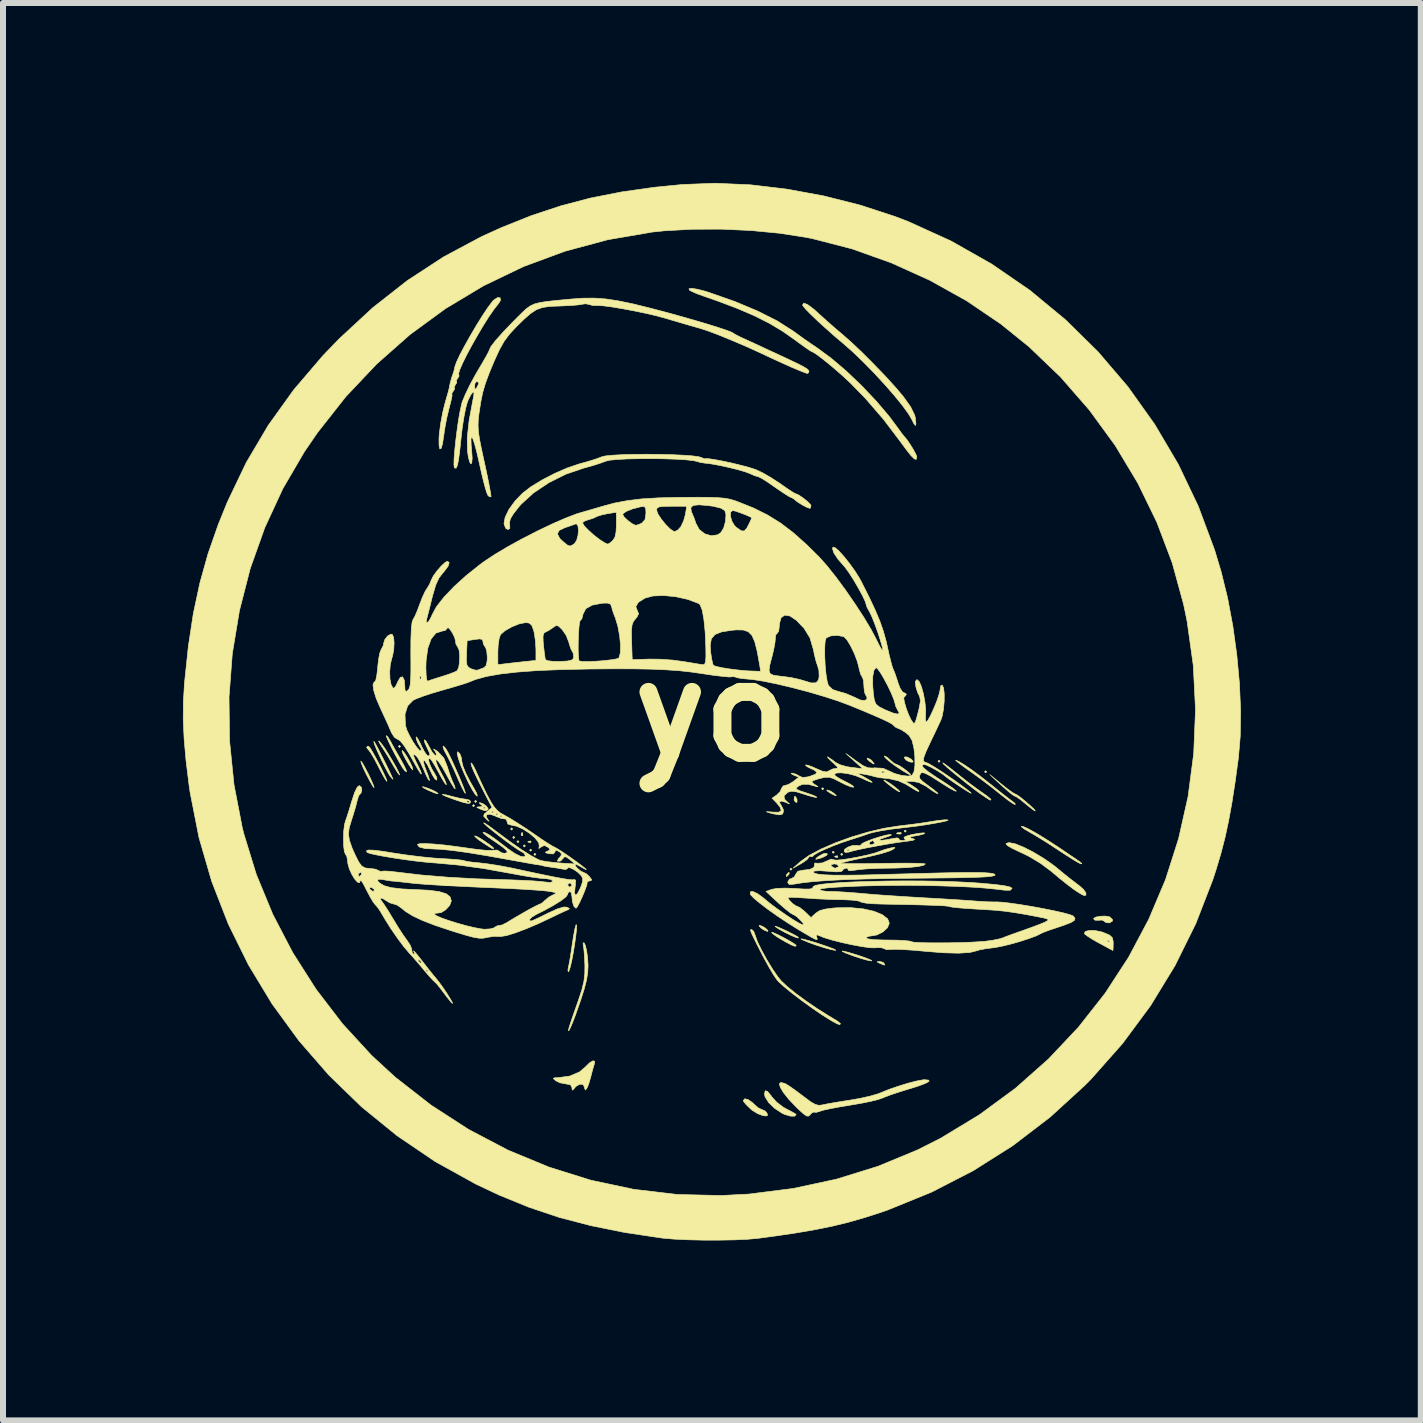
<source format=kicad_pcb>
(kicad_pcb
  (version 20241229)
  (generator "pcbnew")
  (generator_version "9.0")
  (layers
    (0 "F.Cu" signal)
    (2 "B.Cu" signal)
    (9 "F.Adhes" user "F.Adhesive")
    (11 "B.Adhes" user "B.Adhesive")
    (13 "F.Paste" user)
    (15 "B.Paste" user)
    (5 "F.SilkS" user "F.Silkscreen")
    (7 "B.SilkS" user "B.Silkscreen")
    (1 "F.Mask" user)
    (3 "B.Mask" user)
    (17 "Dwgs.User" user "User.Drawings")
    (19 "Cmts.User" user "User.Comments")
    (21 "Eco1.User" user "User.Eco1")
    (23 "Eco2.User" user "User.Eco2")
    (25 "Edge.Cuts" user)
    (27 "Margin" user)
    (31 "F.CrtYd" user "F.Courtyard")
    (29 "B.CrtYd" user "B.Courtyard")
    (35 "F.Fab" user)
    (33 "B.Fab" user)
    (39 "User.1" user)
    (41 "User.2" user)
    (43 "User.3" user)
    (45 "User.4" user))
  (footprint "yo"
    (layer "F.Cu")
    (at 8.813 8.812)
    (property "Reference" "yo" (at 0 0 0) (layer "F.SilkS") (effects (font (size 1.524 1.524) (thickness 0.3))))
    (attr through_hole)
    (fp_poly (pts (xy -5.186 0.582) (xy -5.203 0.6) (xy -5.221 0.582) (xy -5.203 0.564) (xy -5.186 0.582)) (stroke (width 0.01) (type solid)) (fill yes) (layer "F.SilkS"))
    (fp_poly (pts (xy -3.951 1.57) (xy -3.969 1.587) (xy -3.986 1.57) (xy -3.969 1.552) (xy -3.951 1.57)) (stroke (width 0.01) (type solid)) (fill yes) (layer "F.SilkS"))
    (fp_poly (pts (xy -3.916 1.499) (xy -3.933 1.517) (xy -3.951 1.499) (xy -3.933 1.482) (xy -3.916 1.499)) (stroke (width 0.01) (type solid)) (fill yes) (layer "F.SilkS"))
    (fp_poly (pts (xy -3.316 1.958) (xy -3.334 1.976) (xy -3.351 1.958) (xy -3.334 1.94) (xy -3.316 1.958)) (stroke (width 0.01) (type solid)) (fill yes) (layer "F.SilkS"))
    (fp_poly (pts (xy -3.281 2.099) (xy -3.298 2.117) (xy -3.316 2.099) (xy -3.298 2.081) (xy -3.281 2.099)) (stroke (width 0.01) (type solid)) (fill yes) (layer "F.SilkS"))
    (fp_poly (pts (xy -3.21 2.17) (xy -3.228 2.187) (xy -3.246 2.17) (xy -3.228 2.152) (xy -3.21 2.17)) (stroke (width 0.01) (type solid)) (fill yes) (layer "F.SilkS"))
    (fp_poly (pts (xy -3.104 2.24) (xy -3.122 2.258) (xy -3.14 2.24) (xy -3.122 2.223) (xy -3.104 2.24)) (stroke (width 0.01) (type solid)) (fill yes) (layer "F.SilkS"))
    (fp_poly (pts (xy -2.999 2.311) (xy -3.016 2.328) (xy -3.034 2.311) (xy -3.016 2.293) (xy -2.999 2.311)) (stroke (width 0.01) (type solid)) (fill yes) (layer "F.SilkS"))
    (fp_poly (pts (xy -2.928 2.381) (xy -2.946 2.399) (xy -2.963 2.381) (xy -2.946 2.364) (xy -2.928 2.381)) (stroke (width 0.01) (type solid)) (fill yes) (layer "F.SilkS"))
    (fp_poly (pts (xy 1.341 2.628) (xy 1.323 2.646) (xy 1.305 2.628) (xy 1.323 2.611) (xy 1.341 2.628)) (stroke (width 0.01) (type solid)) (fill yes) (layer "F.SilkS"))
    (fp_poly (pts (xy 1.87 1.288) (xy 1.852 1.305) (xy 1.834 1.288) (xy 1.852 1.27) (xy 1.87 1.288)) (stroke (width 0.01) (type solid)) (fill yes) (layer "F.SilkS"))
    (fp_poly (pts (xy 2.046 2.346) (xy 2.028 2.364) (xy 2.011 2.346) (xy 2.028 2.328) (xy 2.046 2.346)) (stroke (width 0.01) (type solid)) (fill yes) (layer "F.SilkS"))
    (fp_poly (pts (xy 2.187 2.381) (xy 2.17 2.399) (xy 2.152 2.381) (xy 2.17 2.364) (xy 2.187 2.381)) (stroke (width 0.01) (type solid)) (fill yes) (layer "F.SilkS"))
    (fp_poly (pts (xy 3.246 1.993) (xy 3.228 2.011) (xy 3.21 1.993) (xy 3.228 1.976) (xy 3.246 1.993)) (stroke (width 0.01) (type solid)) (fill yes) (layer "F.SilkS"))
    (fp_poly (pts (xy 3.81 0.829) (xy 3.792 0.847) (xy 3.775 0.829) (xy 3.792 0.811) (xy 3.81 0.829)) (stroke (width 0.01) (type solid)) (fill yes) (layer "F.SilkS"))
    (fp_poly (pts (xy 4.586 1.005) (xy 4.568 1.023) (xy 4.551 1.005) (xy 4.568 0.988) (xy 4.586 1.005)) (stroke (width 0.01) (type solid)) (fill yes) (layer "F.SilkS"))
    (fp_poly (pts (xy -3.151 2.023) (xy -3.147 2.064) (xy -3.151 2.07) (xy -3.172 2.065) (xy -3.175 2.046) (xy -3.162 2.017) (xy -3.151 2.023)) (stroke (width 0.01) (type solid)) (fill yes) (layer "F.SilkS"))
    (fp_poly (pts (xy -3.01 2.164) (xy -3.015 2.185) (xy -3.034 2.187) (xy -3.063 2.174) (xy -3.057 2.164) (xy -3.016 2.159) (xy -3.01 2.164)) (stroke (width 0.01) (type solid)) (fill yes) (layer "F.SilkS"))
    (fp_poly (pts (xy 2.105 2.411) (xy 2.1 2.432) (xy 2.081 2.434) (xy 2.052 2.421) (xy 2.058 2.411) (xy 2.1 2.406) (xy 2.105 2.411)) (stroke (width 0.01) (type solid)) (fill yes) (layer "F.SilkS"))
    (fp_poly (pts (xy 3.165 2.025) (xy 3.155 2.041) (xy 3.119 2.043) (xy 3.082 2.035) (xy 3.098 2.022) (xy 3.153 2.018) (xy 3.165 2.025)) (stroke (width 0.01) (type solid)) (fill yes) (layer "F.SilkS"))
    (fp_poly (pts (xy 2.651 0.801) (xy 2.681 0.829) (xy 2.712 0.874) (xy 2.692 0.871) (xy 2.63 0.828) (xy 2.592 0.79) (xy 2.599 0.776) (xy 2.651 0.801)) (stroke (width 0.01) (type solid)) (fill yes) (layer "F.SilkS"))
    (fp_poly (pts (xy 0.851 3.583) (xy 0.902 3.615) (xy 0.941 3.653) (xy 0.935 3.667) (xy 0.882 3.647) (xy 0.831 3.615) (xy 0.792 3.576) (xy 0.798 3.563) (xy 0.851 3.583)) (stroke (width 0.01) (type solid)) (fill yes) (layer "F.SilkS"))
    (fp_poly (pts (xy 1.294 2.704) (xy 1.288 2.716) (xy 1.254 2.75) (xy 1.248 2.752) (xy 1.246 2.729) (xy 1.252 2.716) (xy 1.286 2.683) (xy 1.292 2.681) (xy 1.294 2.704)) (stroke (width 0.01) (type solid)) (fill yes) (layer "F.SilkS"))
    (fp_poly (pts (xy 1.412 1.439) (xy 1.424 1.464) (xy 1.425 1.509) (xy 1.41 1.517) (xy 1.38 1.488) (xy 1.376 1.464) (xy 1.383 1.417) (xy 1.39 1.411) (xy 1.412 1.439)) (stroke (width 0.01) (type solid)) (fill yes) (layer "F.SilkS"))
    (fp_poly (pts (xy 2.857 4.181) (xy 2.875 4.198) (xy 2.889 4.225) (xy 2.869 4.225) (xy 2.805 4.198) (xy 2.76 4.175) (xy 2.78 4.166) (xy 2.794 4.165) (xy 2.857 4.181)) (stroke (width 0.01) (type solid)) (fill yes) (layer "F.SilkS"))
    (fp_poly (pts (xy 3.26 0.758) (xy 3.322 0.79) (xy 3.361 0.83) (xy 3.347 0.847) (xy 3.296 0.838) (xy 3.247 0.813) (xy 3.214 0.774) (xy 3.218 0.757) (xy 3.26 0.758)) (stroke (width 0.01) (type solid)) (fill yes) (layer "F.SilkS"))
    (fp_poly (pts (xy 1.933 2.375) (xy 1.911 2.402) (xy 1.85 2.433) (xy 1.799 2.45) (xy 1.739 2.464) (xy 1.741 2.45) (xy 1.779 2.418) (xy 1.853 2.375) (xy 1.901 2.364) (xy 1.933 2.375)) (stroke (width 0.01) (type solid)) (fill yes) (layer "F.SilkS"))
    (fp_poly (pts (xy 1.98 1.325) (xy 2.031 1.357) (xy 2.079 1.399) (xy 2.07 1.405) (xy 2.009 1.377) (xy 1.976 1.358) (xy 1.925 1.323) (xy 1.924 1.307) (xy 1.925 1.307) (xy 1.98 1.325)) (stroke (width 0.01) (type solid)) (fill yes) (layer "F.SilkS"))
    (fp_poly (pts (xy -4.798 1.257) (xy -4.725 1.281) (xy -4.648 1.313) (xy -4.587 1.345) (xy -4.559 1.367) (xy -4.568 1.372) (xy -4.62 1.357) (xy -4.707 1.32) (xy -4.745 1.303) (xy -4.81 1.268) (xy -4.82 1.254) (xy -4.798 1.257)) (stroke (width 0.01) (type solid)) (fill yes) (layer "F.SilkS"))
    (fp_poly (pts (xy -5.119 0.691) (xy -5.071 0.766) (xy -5.024 0.853) (xy -4.989 0.929) (xy -4.981 0.97) (xy -4.982 0.972) (xy -5.004 0.95) (xy -5.049 0.883) (xy -5.095 0.804) (xy -5.142 0.714) (xy -5.162 0.659) (xy -5.155 0.65) (xy -5.119 0.691)) (stroke (width 0.01) (type solid)) (fill yes) (layer "F.SilkS"))
    (fp_poly (pts (xy 2.91 1.159) (xy 2.981 1.203) (xy 3.054 1.257) (xy 3.113 1.306) (xy 3.139 1.336) (xy 3.136 1.34) (xy 3.096 1.321) (xy 3.026 1.274) (xy 3.012 1.264) (xy 2.917 1.19) (xy 2.872 1.148) (xy 2.88 1.144) (xy 2.91 1.159)) (stroke (width 0.01) (type solid)) (fill yes) (layer "F.SilkS"))
    (fp_poly (pts (xy -3.925 2.078) (xy -3.858 2.114) (xy -3.792 2.156) (xy -3.705 2.217) (xy -3.647 2.263) (xy -3.634 2.278) (xy -3.638 2.29) (xy -3.66 2.283) (xy -3.714 2.251) (xy -3.801 2.195) (xy -3.887 2.136) (xy -3.941 2.089) (xy -3.951 2.074) (xy -3.925 2.078)) (stroke (width 0.01) (type solid)) (fill yes) (layer "F.SilkS"))
    (fp_poly (pts (xy 1.086 3.586) (xy 1.156 3.615) (xy 1.248 3.657) (xy 1.34 3.703) (xy 1.413 3.742) (xy 1.443 3.761) (xy 1.448 3.777) (xy 1.402 3.765) (xy 1.32 3.73) (xy 1.226 3.684) (xy 1.133 3.633) (xy 1.072 3.593) (xy 1.058 3.579) (xy 1.086 3.586)) (stroke (width 0.01) (type solid)) (fill yes) (layer "F.SilkS"))
    (fp_poly (pts (xy 2.237 4.004) (xy 2.348 4.035) (xy 2.469 4.073) (xy 2.582 4.113) (xy 2.653 4.142) (xy 2.672 4.157) (xy 2.663 4.158) (xy 2.595 4.146) (xy 2.486 4.115) (xy 2.364 4.075) (xy 2.239 4.028) (xy 2.179 4) (xy 2.18 3.992) (xy 2.237 4.004)) (stroke (width 0.01) (type solid)) (fill yes) (layer "F.SilkS"))
    (fp_poly (pts (xy 1.035 3.689) (xy 1.11 3.723) (xy 1.205 3.772) (xy 1.301 3.825) (xy 1.376 3.871) (xy 1.411 3.9) (xy 1.411 3.902) (xy 1.394 3.915) (xy 1.337 3.895) (xy 1.234 3.841) (xy 1.171 3.805) (xy 1.076 3.746) (xy 1.014 3.7) (xy 1 3.68) (xy 1.035 3.689)) (stroke (width 0.01) (type solid)) (fill yes) (layer "F.SilkS"))
    (fp_poly (pts (xy 6.629 3.421) (xy 6.641 3.427) (xy 6.684 3.468) (xy 6.684 3.494) (xy 6.631 3.525) (xy 6.567 3.515) (xy 6.545 3.494) (xy 6.499 3.475) (xy 6.474 3.48) (xy 6.401 3.48) (xy 6.378 3.471) (xy 6.371 3.447) (xy 6.413 3.426) (xy 6.484 3.413) (xy 6.563 3.41) (xy 6.629 3.421)) (stroke (width 0.01) (type solid)) (fill yes) (layer "F.SilkS"))
    (fp_poly (pts (xy -5.827 0.849) (xy -5.785 0.921) (xy -5.73 1.027) (xy -5.722 1.042) (xy -5.67 1.153) (xy -5.636 1.234) (xy -5.626 1.269) (xy -5.627 1.27) (xy -5.65 1.241) (xy -5.694 1.165) (xy -5.75 1.058) (xy -5.752 1.055) (xy -5.805 0.946) (xy -5.839 0.864) (xy -5.848 0.827) (xy -5.848 0.827) (xy -5.827 0.849)) (stroke (width 0.01) (type solid)) (fill yes) (layer "F.SilkS"))
    (fp_poly (pts (xy 1.527 3.795) (xy 1.615 3.818) (xy 1.739 3.855) (xy 1.818 3.881) (xy 1.945 3.924) (xy 2.033 3.958) (xy 2.071 3.978) (xy 2.064 3.982) (xy 1.997 3.97) (xy 1.887 3.94) (xy 1.755 3.898) (xy 1.735 3.892) (xy 1.615 3.848) (xy 1.529 3.813) (xy 1.49 3.792) (xy 1.49 3.79) (xy 1.527 3.795)) (stroke (width 0.01) (type solid)) (fill yes) (layer "F.SilkS"))
    (fp_poly (pts (xy -5.625 0.502) (xy -5.603 0.538) (xy -5.56 0.618) (xy -5.505 0.727) (xy -5.444 0.847) (xy -5.387 0.963) (xy -5.342 1.059) (xy -5.315 1.118) (xy -5.312 1.129) (xy -5.336 1.106) (xy -5.354 1.085) (xy -5.389 1.029) (xy -5.437 0.94) (xy -5.492 0.832) (xy -5.545 0.719) (xy -5.591 0.617) (xy -5.622 0.539) (xy -5.632 0.5) (xy -5.625 0.502)) (stroke (width 0.01) (type solid)) (fill yes) (layer "F.SilkS"))
    (fp_poly (pts (xy -5.5 0.541) (xy -5.497 0.545) (xy -5.445 0.618) (xy -5.382 0.718) (xy -5.317 0.827) (xy -5.258 0.931) (xy -5.217 1.012) (xy -5.2 1.055) (xy -5.202 1.058) (xy -5.227 1.03) (xy -5.273 0.958) (xy -5.312 0.891) (xy -5.378 0.777) (xy -5.441 0.674) (xy -5.466 0.635) (xy -5.525 0.544) (xy -5.551 0.494) (xy -5.544 0.491) (xy -5.5 0.541)) (stroke (width 0.01) (type solid)) (fill yes) (layer "F.SilkS"))
    (fp_poly (pts (xy -5.4 0.419) (xy -5.362 0.481) (xy -5.359 0.485) (xy -5.315 0.567) (xy -5.25 0.682) (xy -5.19 0.786) (xy -5.132 0.891) (xy -5.094 0.969) (xy -5.085 1.005) (xy -5.085 1.005) (xy -5.112 0.99) (xy -5.149 0.942) (xy -5.207 0.844) (xy -5.271 0.727) (xy -5.333 0.608) (xy -5.384 0.503) (xy -5.417 0.428) (xy -5.423 0.402) (xy -5.4 0.419)) (stroke (width 0.01) (type solid)) (fill yes) (layer "F.SilkS"))
    (fp_poly (pts (xy 0.608 6.469) (xy 0.68 6.519) (xy 0.706 6.544) (xy 0.773 6.604) (xy 0.827 6.632) (xy 0.831 6.632) (xy 0.887 6.657) (xy 0.917 6.685) (xy 0.937 6.729) (xy 0.908 6.744) (xy 0.847 6.734) (xy 0.767 6.703) (xy 0.685 6.653) (xy 0.654 6.629) (xy 0.58 6.557) (xy 0.535 6.503) (xy 0.529 6.487) (xy 0.552 6.456) (xy 0.608 6.469)) (stroke (width 0.01) (type solid)) (fill yes) (layer "F.SilkS"))
    (fp_poly (pts (xy 0.933 6.333) (xy 0.994 6.408) (xy 1.009 6.43) (xy 1.086 6.514) (xy 1.195 6.597) (xy 1.247 6.626) (xy 1.339 6.674) (xy 1.399 6.709) (xy 1.411 6.719) (xy 1.383 6.747) (xy 1.311 6.745) (xy 1.216 6.716) (xy 1.177 6.698) (xy 1.052 6.616) (xy 0.952 6.519) (xy 0.892 6.424) (xy 0.882 6.376) (xy 0.895 6.322) (xy 0.933 6.333)) (stroke (width 0.01) (type solid)) (fill yes) (layer "F.SilkS"))
    (fp_poly (pts (xy 2.93 0.765) (xy 2.981 0.811) (xy 3.042 0.864) (xy 3.083 0.882) (xy 3.123 0.899) (xy 3.187 0.94) (xy 3.253 0.989) (xy 3.304 1.033) (xy 3.319 1.056) (xy 3.316 1.056) (xy 3.278 1.04) (xy 3.204 0.998) (xy 3.175 0.98) (xy 3.069 0.91) (xy 2.976 0.841) (xy 2.908 0.783) (xy 2.879 0.747) (xy 2.885 0.741) (xy 2.93 0.765)) (stroke (width 0.01) (type solid)) (fill yes) (layer "F.SilkS"))
    (fp_poly (pts (xy -4.198 0.701) (xy -4.17 0.772) (xy -4.163 0.835) (xy -4.144 0.914) (xy -4.095 1.033) (xy -4.022 1.175) (xy -3.962 1.279) (xy -3.919 1.358) (xy -3.905 1.405) (xy -3.91 1.411) (xy -3.94 1.382) (xy -3.989 1.305) (xy -4.047 1.197) (xy -4.051 1.191) (xy -4.123 1.036) (xy -4.183 0.893) (xy -4.223 0.777) (xy -4.241 0.698) (xy -4.233 0.67) (xy -4.198 0.701)) (stroke (width 0.01) (type solid)) (fill yes) (layer "F.SilkS"))
    (fp_poly (pts (xy -2.249 3.569) (xy -2.252 3.64) (xy -2.265 3.751) (xy -2.284 3.889) (xy -2.309 4.04) (xy -2.331 4.154) (xy -2.355 4.257) (xy -2.377 4.324) (xy -2.388 4.339) (xy -2.395 4.31) (xy -2.386 4.26) (xy -2.371 4.189) (xy -2.351 4.07) (xy -2.329 3.926) (xy -2.323 3.881) (xy -2.301 3.741) (xy -2.28 3.629) (xy -2.262 3.562) (xy -2.257 3.553) (xy -2.249 3.569)) (stroke (width 0.01) (type solid)) (fill yes) (layer "F.SilkS"))
    (fp_poly (pts (xy -5.714 0.583) (xy -5.685 0.619) (xy -5.638 0.699) (xy -5.58 0.804) (xy -5.52 0.919) (xy -5.467 1.028) (xy -5.428 1.113) (xy -5.412 1.16) (xy -5.414 1.164) (xy -5.437 1.135) (xy -5.482 1.057) (xy -5.541 0.946) (xy -5.56 0.908) (xy -5.623 0.788) (xy -5.678 0.695) (xy -5.714 0.645) (xy -5.719 0.641) (xy -5.75 0.601) (xy -5.75 0.595) (xy -5.728 0.577) (xy -5.714 0.583)) (stroke (width 0.01) (type solid)) (fill yes) (layer "F.SilkS"))
    (fp_poly (pts (xy -4.435 0.614) (xy -4.429 0.623) (xy -4.393 0.684) (xy -4.343 0.786) (xy -4.285 0.912) (xy -4.225 1.048) (xy -4.171 1.176) (xy -4.129 1.282) (xy -4.106 1.349) (xy -4.105 1.365) (xy -4.123 1.341) (xy -4.162 1.266) (xy -4.214 1.154) (xy -4.236 1.103) (xy -4.299 0.961) (xy -4.361 0.831) (xy -4.409 0.737) (xy -4.417 0.723) (xy -4.46 0.641) (xy -4.478 0.588) (xy -4.47 0.575) (xy -4.435 0.614)) (stroke (width 0.01) (type solid)) (fill yes) (layer "F.SilkS"))
    (fp_poly (pts (xy -3.808 1.538) (xy -3.753 1.579) (xy -3.725 1.62) (xy -3.728 1.635) (xy -3.76 1.654) (xy -3.808 1.645) (xy -3.863 1.623) (xy -3.9 1.605) (xy -3.81 1.605) (xy -3.792 1.623) (xy -3.775 1.605) (xy -3.792 1.587) (xy -3.81 1.605) (xy -3.9 1.605) (xy -3.913 1.599) (xy -3.899 1.591) (xy -3.863 1.589) (xy -3.816 1.582) (xy -3.835 1.559) (xy -3.845 1.552) (xy -3.874 1.525) (xy -3.863 1.519) (xy -3.808 1.538)) (stroke (width 0.01) (type solid)) (fill yes) (layer "F.SilkS"))
    (fp_poly (pts (xy 3.893 0.879) (xy 3.971 0.938) (xy 4.082 1.026) (xy 4.145 1.077) (xy 4.273 1.178) (xy 4.412 1.281) (xy 4.489 1.336) (xy 4.58 1.4) (xy 4.64 1.448) (xy 4.657 1.466) (xy 4.653 1.478) (xy 4.633 1.471) (xy 4.582 1.439) (xy 4.488 1.375) (xy 4.486 1.374) (xy 4.39 1.304) (xy 4.27 1.211) (xy 4.141 1.108) (xy 4.019 1.009) (xy 3.921 0.926) (xy 3.864 0.872) (xy 3.863 0.871) (xy 3.855 0.855) (xy 3.893 0.879)) (stroke (width 0.01) (type solid)) (fill yes) (layer "F.SilkS"))
    (fp_poly (pts (xy 4.837 1.214) (xy 4.938 1.294) (xy 5.019 1.352) (xy 5.064 1.377) (xy 5.066 1.377) (xy 5.103 1.397) (xy 5.169 1.446) (xy 5.247 1.511) (xy 5.322 1.577) (xy 5.378 1.63) (xy 5.397 1.657) (xy 5.395 1.658) (xy 5.359 1.637) (xy 5.289 1.583) (xy 5.231 1.535) (xy 5.145 1.465) (xy 5.079 1.42) (xy 5.057 1.411) (xy 5.018 1.388) (xy 4.944 1.329) (xy 4.848 1.245) (xy 4.833 1.231) (xy 4.639 1.052) (xy 4.837 1.214)) (stroke (width 0.01) (type solid)) (fill yes) (layer "F.SilkS"))
    (fp_poly (pts (xy -4.415 1.392) (xy -4.322 1.417) (xy -4.211 1.444) (xy -4.116 1.46) (xy -4.101 1.461) (xy -4.038 1.476) (xy -4.019 1.498) (xy -4.026 1.526) (xy -4.06 1.533) (xy -4.134 1.517) (xy -4.208 1.493) (xy -4.08 1.493) (xy -4.076 1.514) (xy -4.057 1.517) (xy -4.028 1.504) (xy -4.033 1.493) (xy -4.075 1.489) (xy -4.08 1.493) (xy -4.208 1.493) (xy -4.258 1.477) (xy -4.304 1.461) (xy -4.426 1.416) (xy -4.486 1.387) (xy -4.483 1.379) (xy -4.415 1.392)) (stroke (width 0.01) (type solid)) (fill yes) (layer "F.SilkS"))
    (fp_poly (pts (xy 5.205 1.921) (xy 5.295 1.964) (xy 5.426 2.037) (xy 5.59 2.138) (xy 5.778 2.26) (xy 5.82 2.288) (xy 5.973 2.392) (xy 6.077 2.462) (xy 6.139 2.506) (xy 6.168 2.529) (xy 6.172 2.538) (xy 6.16 2.538) (xy 6.153 2.538) (xy 6.112 2.518) (xy 6.026 2.467) (xy 5.909 2.393) (xy 5.803 2.324) (xy 5.651 2.224) (xy 5.501 2.129) (xy 5.374 2.052) (xy 5.318 2.02) (xy 5.228 1.968) (xy 5.173 1.929) (xy 5.164 1.915) (xy 5.205 1.921)) (stroke (width 0.01) (type solid)) (fill yes) (layer "F.SilkS"))
    (fp_poly (pts (xy 4.122 0.833) (xy 4.217 0.891) (xy 4.344 0.978) (xy 4.491 1.087) (xy 4.647 1.21) (xy 4.657 1.217) (xy 4.782 1.318) (xy 4.897 1.408) (xy 4.982 1.473) (xy 5.008 1.492) (xy 5.059 1.533) (xy 5.062 1.552) (xy 5.06 1.552) (xy 5.018 1.531) (xy 4.938 1.475) (xy 4.834 1.394) (xy 4.797 1.364) (xy 4.652 1.249) (xy 4.483 1.121) (xy 4.323 1.005) (xy 4.307 0.994) (xy 4.195 0.914) (xy 4.113 0.852) (xy 4.071 0.816) (xy 4.07 0.811) (xy 4.122 0.833)) (stroke (width 0.01) (type solid)) (fill yes) (layer "F.SilkS"))
    (fp_poly (pts (xy 6.391 3.651) (xy 6.499 3.673) (xy 6.539 3.687) (xy 6.635 3.728) (xy 6.681 3.77) (xy 6.695 3.832) (xy 6.696 3.866) (xy 6.694 3.946) (xy 6.691 3.984) (xy 6.69 3.984) (xy 6.659 3.968) (xy 6.582 3.926) (xy 6.474 3.868) (xy 6.456 3.858) (xy 6.403 3.828) (xy 6.597 3.828) (xy 6.615 3.845) (xy 6.632 3.828) (xy 6.615 3.81) (xy 6.597 3.828) (xy 6.403 3.828) (xy 6.343 3.794) (xy 6.258 3.739) (xy 6.216 3.705) (xy 6.215 3.703) (xy 6.23 3.667) (xy 6.295 3.65) (xy 6.391 3.651)) (stroke (width 0.01) (type solid)) (fill yes) (layer "F.SilkS"))
    (fp_poly (pts (xy -2.124 3.858) (xy -2.103 3.902) (xy -2.082 3.996) (xy -2.066 4.119) (xy -2.059 4.237) (xy -2.065 4.353) (xy -2.085 4.479) (xy -2.124 4.629) (xy -2.184 4.817) (xy -2.267 5.054) (xy -2.312 5.173) (xy -2.35 5.263) (xy -2.376 5.316) (xy -2.387 5.322) (xy -2.377 5.275) (xy -2.365 5.235) (xy -2.339 5.157) (xy -2.297 5.033) (xy -2.245 4.886) (xy -2.22 4.815) (xy -2.162 4.639) (xy -2.128 4.497) (xy -2.113 4.362) (xy -2.112 4.233) (xy -2.118 4.095) (xy -2.127 3.978) (xy -2.137 3.906) (xy -2.139 3.903) (xy -2.142 3.857) (xy -2.124 3.858)) (stroke (width 0.01) (type solid)) (fill yes) (layer "F.SilkS"))
    (fp_poly (pts (xy -1.948 5.833) (xy -1.955 5.878) (xy -1.976 5.946) (xy -2.004 6.051) (xy -2.016 6.099) (xy -2.048 6.208) (xy -2.079 6.282) (xy -2.104 6.31) (xy -2.116 6.283) (xy -2.117 6.269) (xy -2.141 6.22) (xy -2.197 6.213) (xy -2.261 6.25) (xy -2.279 6.271) (xy -2.315 6.313) (xy -2.326 6.298) (xy -2.327 6.271) (xy -2.352 6.223) (xy -2.427 6.209) (xy -2.528 6.19) (xy -2.595 6.157) (xy -2.637 6.121) (xy -2.624 6.107) (xy -2.558 6.104) (xy -2.365 6.078) (xy -2.202 6.009) (xy -2.104 5.926) (xy -2.033 5.856) (xy -1.977 5.823) (xy -1.948 5.833)) (stroke (width 0.01) (type solid)) (fill yes) (layer "F.SilkS"))
    (fp_poly (pts (xy 5.066 2.207) (xy 5.202 2.262) (xy 5.361 2.343) (xy 5.525 2.441) (xy 5.679 2.547) (xy 5.752 2.604) (xy 5.878 2.708) (xy 6.001 2.806) (xy 6.098 2.88) (xy 6.116 2.893) (xy 6.196 2.961) (xy 6.24 3.021) (xy 6.241 3.061) (xy 6.214 3.069) (xy 6.171 3.05) (xy 6.091 3.001) (xy 6.029 2.958) (xy 5.923 2.878) (xy 5.792 2.773) (xy 5.664 2.665) (xy 5.662 2.664) (xy 5.493 2.537) (xy 5.297 2.418) (xy 5.178 2.36) (xy 5.022 2.287) (xy 4.932 2.235) (xy 4.907 2.202) (xy 4.947 2.188) (xy 4.969 2.187) (xy 5.066 2.207)) (stroke (width 0.01) (type solid)) (fill yes) (layer "F.SilkS"))
    (fp_poly (pts (xy 1.602 -6.784) (xy 1.709 -6.703) (xy 1.797 -6.623) (xy 1.93 -6.503) (xy 2.076 -6.375) (xy 2.189 -6.28) (xy 2.337 -6.149) (xy 2.515 -5.98) (xy 2.706 -5.789) (xy 2.895 -5.593) (xy 3.065 -5.406) (xy 3.192 -5.256) (xy 3.318 -5.081) (xy 3.387 -4.939) (xy 3.397 -4.895) (xy 3.407 -4.798) (xy 3.398 -4.767) (xy 3.369 -4.805) (xy 3.343 -4.86) (xy 3.284 -4.962) (xy 3.183 -5.101) (xy 3.048 -5.267) (xy 2.889 -5.449) (xy 2.717 -5.636) (xy 2.539 -5.818) (xy 2.366 -5.985) (xy 2.208 -6.125) (xy 2.195 -6.136) (xy 2.047 -6.261) (xy 1.901 -6.391) (xy 1.765 -6.515) (xy 1.65 -6.625) (xy 1.565 -6.712) (xy 1.521 -6.767) (xy 1.517 -6.777) (xy 1.538 -6.809) (xy 1.602 -6.784)) (stroke (width 0.01) (type solid)) (fill yes) (layer "F.SilkS"))
    (fp_poly (pts (xy 0.702 3.664) (xy 0.727 3.731) (xy 0.764 3.835) (xy 0.832 3.976) (xy 0.919 4.134) (xy 1.013 4.289) (xy 1.103 4.42) (xy 1.157 4.487) (xy 1.256 4.581) (xy 1.4 4.698) (xy 1.574 4.826) (xy 1.762 4.954) (xy 1.946 5.07) (xy 1.984 5.092) (xy 2.099 5.162) (xy 2.15 5.205) (xy 2.137 5.219) (xy 2.125 5.218) (xy 2.081 5.2) (xy 2.002 5.157) (xy 1.976 5.141) (xy 1.827 5.047) (xy 1.663 4.934) (xy 1.497 4.814) (xy 1.341 4.695) (xy 1.211 4.589) (xy 1.119 4.506) (xy 1.091 4.474) (xy 1.033 4.39) (xy 0.958 4.263) (xy 0.878 4.118) (xy 0.846 4.057) (xy 0.759 3.887) (xy 0.701 3.77) (xy 0.666 3.696) (xy 0.651 3.655) (xy 0.651 3.638) (xy 0.664 3.634) (xy 0.669 3.634) (xy 0.702 3.664)) (stroke (width 0.01) (type solid)) (fill yes) (layer "F.SilkS"))
    (fp_poly (pts (xy 3.945 1.81) (xy 3.916 1.823) (xy 3.838 1.841) (xy 3.723 1.863) (xy 3.581 1.887) (xy 3.424 1.91) (xy 3.262 1.93) (xy 3.159 1.942) (xy 2.984 1.963) (xy 2.82 1.989) (xy 2.689 2.016) (xy 2.63 2.033) (xy 2.506 2.076) (xy 2.363 2.122) (xy 2.311 2.138) (xy 2.17 2.185) (xy 2.025 2.24) (xy 1.889 2.297) (xy 1.779 2.349) (xy 1.71 2.39) (xy 1.693 2.409) (xy 1.671 2.423) (xy 1.658 2.417) (xy 1.625 2.417) (xy 1.623 2.429) (xy 1.595 2.465) (xy 1.524 2.517) (xy 1.49 2.537) (xy 1.358 2.612) (xy 1.482 2.502) (xy 1.626 2.399) (xy 1.825 2.293) (xy 2.065 2.189) (xy 2.33 2.093) (xy 2.604 2.011) (xy 2.874 1.947) (xy 3.122 1.908) (xy 3.296 1.887) (xy 3.466 1.865) (xy 3.604 1.844) (xy 3.651 1.836) (xy 3.773 1.817) (xy 3.881 1.806) (xy 3.916 1.805) (xy 3.945 1.81)) (stroke (width 0.01) (type solid)) (fill yes) (layer "F.SilkS"))
    (fp_poly (pts (xy -0.235 -7.04) (xy -0.108 -7.007) (xy -0.047 -6.988) (xy 0.388 -6.835) (xy 0.77 -6.675) (xy 1.095 -6.511) (xy 1.356 -6.345) (xy 1.376 -6.331) (xy 1.515 -6.23) (xy 1.67 -6.122) (xy 1.764 -6.059) (xy 1.995 -5.889) (xy 2.247 -5.675) (xy 2.502 -5.431) (xy 2.745 -5.175) (xy 2.961 -4.921) (xy 3.105 -4.727) (xy 3.162 -4.647) (xy 3.204 -4.594) (xy 3.211 -4.586) (xy 3.254 -4.536) (xy 3.311 -4.453) (xy 3.368 -4.36) (xy 3.409 -4.281) (xy 3.422 -4.243) (xy 3.412 -4.203) (xy 3.38 -4.212) (xy 3.321 -4.271) (xy 3.232 -4.385) (xy 3.156 -4.489) (xy 2.868 -4.869) (xy 2.558 -5.228) (xy 2.312 -5.479) (xy 2.196 -5.587) (xy 2.069 -5.699) (xy 1.941 -5.806) (xy 1.826 -5.898) (xy 1.735 -5.965) (xy 1.682 -5.996) (xy 1.676 -5.997) (xy 1.64 -6.017) (xy 1.561 -6.071) (xy 1.454 -6.148) (xy 1.383 -6.201) (xy 1.178 -6.344) (xy 0.958 -6.475) (xy 0.713 -6.598) (xy 0.429 -6.72) (xy 0.095 -6.846) (xy -0.123 -6.922) (xy -0.24 -6.964) (xy -0.329 -7.003) (xy -0.369 -7.025) (xy -0.376 -7.05) (xy -0.327 -7.054) (xy -0.235 -7.04)) (stroke (width 0.01) (type solid)) (fill yes) (layer "F.SilkS"))
    (fp_poly (pts (xy 3.622 6.146) (xy 3.625 6.167) (xy 3.562 6.201) (xy 3.432 6.249) (xy 3.29 6.293) (xy 3.132 6.342) (xy 2.989 6.389) (xy 2.883 6.429) (xy 2.845 6.445) (xy 2.772 6.47) (xy 2.646 6.501) (xy 2.486 6.533) (xy 2.308 6.563) (xy 2.306 6.564) (xy 2.133 6.592) (xy 1.981 6.621) (xy 1.866 6.646) (xy 1.804 6.665) (xy 1.803 6.666) (xy 1.741 6.684) (xy 1.715 6.678) (xy 1.68 6.684) (xy 1.647 6.717) (xy 1.62 6.744) (xy 1.587 6.744) (xy 1.534 6.709) (xy 1.451 6.633) (xy 1.408 6.591) (xy 1.288 6.466) (xy 1.2 6.355) (xy 1.146 6.266) (xy 1.13 6.207) (xy 1.156 6.183) (xy 1.225 6.203) (xy 1.241 6.211) (xy 1.309 6.254) (xy 1.411 6.326) (xy 1.525 6.412) (xy 1.535 6.419) (xy 1.648 6.504) (xy 1.727 6.55) (xy 1.789 6.566) (xy 1.851 6.558) (xy 1.852 6.557) (xy 1.932 6.541) (xy 2.061 6.518) (xy 2.218 6.493) (xy 2.313 6.478) (xy 2.484 6.448) (xy 2.647 6.411) (xy 2.778 6.373) (xy 2.824 6.355) (xy 2.956 6.301) (xy 3.113 6.247) (xy 3.274 6.197) (xy 3.419 6.16) (xy 3.526 6.14) (xy 3.551 6.138) (xy 3.622 6.146)) (stroke (width 0.01) (type solid)) (fill yes) (layer "F.SilkS"))
    (fp_poly (pts (xy -3.524 -6.896) (xy -3.52 -6.851) (xy -3.556 -6.796) (xy -3.627 -6.706) (xy -3.713 -6.582) (xy -3.807 -6.433) (xy -3.903 -6.27) (xy -3.997 -6.105) (xy -4.081 -5.948) (xy -4.15 -5.809) (xy -4.198 -5.699) (xy -4.219 -5.629) (xy -4.211 -5.609) (xy -4.212 -5.587) (xy -4.233 -5.556) (xy -4.258 -5.514) (xy -4.251 -5.503) (xy -4.248 -5.482) (xy -4.269 -5.45) (xy -4.293 -5.408) (xy -4.286 -5.397) (xy -4.283 -5.376) (xy -4.304 -5.345) (xy -4.331 -5.302) (xy -4.328 -5.292) (xy -4.327 -5.261) (xy -4.344 -5.18) (xy -4.373 -5.066) (xy -4.374 -5.064) (xy -4.414 -4.898) (xy -4.449 -4.713) (xy -4.464 -4.606) (xy -4.486 -4.461) (xy -4.509 -4.386) (xy -4.53 -4.377) (xy -4.543 -4.434) (xy -4.544 -4.555) (xy -4.539 -4.63) (xy -4.516 -4.805) (xy -4.48 -4.996) (xy -4.448 -5.125) (xy -4.414 -5.245) (xy -4.388 -5.336) (xy -4.377 -5.38) (xy -4.377 -5.381) (xy -4.372 -5.406) (xy -4.364 -5.444) (xy -4.357 -5.48) (xy -4.332 -5.57) (xy -4.319 -5.603) (xy -4.293 -5.685) (xy -4.279 -5.75) (xy -4.252 -5.827) (xy -4.195 -5.948) (xy -4.115 -6.099) (xy -4.02 -6.268) (xy -3.919 -6.44) (xy -3.819 -6.601) (xy -3.728 -6.737) (xy -3.655 -6.834) (xy -3.635 -6.857) (xy -3.567 -6.902) (xy -3.524 -6.896)) (stroke (width 0.01) (type solid)) (fill yes) (layer "F.SilkS"))
    (fp_poly (pts (xy 3.555 2.027) (xy 3.535 2.042) (xy 3.464 2.061) (xy 3.418 2.069) (xy 3.329 2.086) (xy 3.303 2.099) (xy 3.333 2.113) (xy 3.351 2.118) (xy 3.385 2.132) (xy 3.362 2.146) (xy 3.277 2.16) (xy 3.228 2.166) (xy 3.093 2.184) (xy 2.929 2.211) (xy 2.753 2.242) (xy 2.583 2.274) (xy 2.436 2.305) (xy 2.329 2.331) (xy 2.288 2.344) (xy 2.229 2.349) (xy 2.21 2.336) (xy 2.216 2.311) (xy 2.258 2.311) (xy 2.275 2.328) (xy 2.293 2.311) (xy 2.275 2.293) (xy 2.258 2.311) (xy 2.216 2.311) (xy 2.219 2.298) (xy 2.274 2.26) (xy 2.35 2.234) (xy 2.425 2.231) (xy 2.432 2.232) (xy 2.482 2.237) (xy 2.488 2.224) (xy 2.51 2.201) (xy 2.539 2.187) (xy 2.628 2.187) (xy 2.636 2.217) (xy 2.661 2.223) (xy 2.71 2.204) (xy 2.716 2.187) (xy 2.691 2.153) (xy 2.683 2.152) (xy 2.635 2.178) (xy 2.628 2.187) (xy 2.539 2.187) (xy 2.581 2.167) (xy 2.682 2.128) (xy 2.794 2.092) (xy 2.899 2.063) (xy 2.976 2.05) (xy 2.991 2.05) (xy 2.997 2.06) (xy 2.947 2.082) (xy 2.893 2.099) (xy 2.815 2.126) (xy 2.798 2.143) (xy 2.835 2.148) (xy 2.916 2.138) (xy 3.007 2.12) (xy 3.089 2.107) (xy 3.121 2.115) (xy 3.12 2.12) (xy 3.134 2.144) (xy 3.182 2.151) (xy 3.233 2.145) (xy 3.22 2.123) (xy 3.215 2.12) (xy 3.208 2.096) (xy 3.266 2.07) (xy 3.352 2.049) (xy 3.458 2.03) (xy 3.533 2.023) (xy 3.555 2.027)) (stroke (width 0.01) (type solid)) (fill yes) (layer "F.SilkS"))
    (fp_poly (pts (xy -0.869 -4.287) (xy -0.663 -4.282) (xy -0.476 -4.273) (xy -0.321 -4.262) (xy -0.211 -4.247) (xy -0.157 -4.23) (xy -0.155 -4.227) (xy -0.115 -4.211) (xy -0.108 -4.215) (xy -0.06 -4.216) (xy 0.039 -4.202) (xy 0.173 -4.177) (xy 0.326 -4.145) (xy 0.481 -4.107) (xy 0.622 -4.07) (xy 0.732 -4.035) (xy 0.741 -4.031) (xy 0.848 -3.981) (xy 0.984 -3.903) (xy 1.121 -3.814) (xy 1.138 -3.803) (xy 1.249 -3.725) (xy 1.338 -3.666) (xy 1.388 -3.636) (xy 1.394 -3.634) (xy 1.446 -3.613) (xy 1.521 -3.564) (xy 1.596 -3.504) (xy 1.648 -3.451) (xy 1.658 -3.431) (xy 1.645 -3.39) (xy 1.637 -3.387) (xy 1.589 -3.404) (xy 1.512 -3.444) (xy 1.436 -3.492) (xy 1.387 -3.53) (xy 1.382 -3.537) (xy 1.341 -3.563) (xy 1.338 -3.563) (xy 1.296 -3.582) (xy 1.213 -3.634) (xy 1.103 -3.708) (xy 1.058 -3.739) (xy 0.942 -3.82) (xy 0.846 -3.881) (xy 0.785 -3.913) (xy 0.774 -3.916) (xy 0.719 -3.931) (xy 0.641 -3.966) (xy 0.559 -3.997) (xy 0.43 -4.034) (xy 0.276 -4.072) (xy 0.117 -4.106) (xy -0.023 -4.131) (xy -0.106 -4.14) (xy -0.188 -4.152) (xy -0.229 -4.165) (xy -0.298 -4.182) (xy -0.423 -4.196) (xy -0.59 -4.206) (xy -0.786 -4.213) (xy -0.996 -4.216) (xy -1.206 -4.215) (xy -1.402 -4.211) (xy -1.571 -4.202) (xy -1.697 -4.19) (xy -1.767 -4.173) (xy -1.767 -4.173) (xy -1.841 -4.145) (xy -1.96 -4.106) (xy -2.102 -4.066) (xy -2.139 -4.056) (xy -2.431 -3.956) (xy -2.713 -3.815) (xy -2.967 -3.645) (xy -3.174 -3.457) (xy -3.209 -3.417) (xy -3.302 -3.299) (xy -3.353 -3.215) (xy -3.369 -3.152) (xy -3.365 -3.119) (xy -3.364 -3.051) (xy -3.397 -3.033) (xy -3.434 -3.057) (xy -3.461 -3.132) (xy -3.441 -3.24) (xy -3.378 -3.369) (xy -3.278 -3.507) (xy -3.153 -3.638) (xy -3.013 -3.746) (xy -2.826 -3.86) (xy -2.616 -3.969) (xy -2.404 -4.061) (xy -2.212 -4.126) (xy -2.205 -4.128) (xy -2.061 -4.168) (xy -1.935 -4.207) (xy -1.849 -4.239) (xy -1.838 -4.244) (xy -1.77 -4.261) (xy -1.648 -4.273) (xy -1.485 -4.282) (xy -1.293 -4.287) (xy -1.083 -4.289) (xy -0.869 -4.287)) (stroke (width 0.01) (type solid)) (fill yes) (layer "F.SilkS"))
    (fp_poly (pts (xy 3.057 2.273) (xy 3.016 2.303) (xy 2.954 2.33) (xy 2.84 2.365) (xy 2.691 2.403) (xy 2.558 2.433) (xy 2.401 2.466) (xy 2.271 2.496) (xy 2.183 2.519) (xy 2.152 2.529) (xy 2.18 2.534) (xy 2.268 2.536) (xy 2.407 2.537) (xy 2.586 2.536) (xy 2.794 2.533) (xy 2.849 2.532) (xy 3.064 2.529) (xy 3.254 2.528) (xy 3.407 2.53) (xy 3.513 2.534) (xy 3.561 2.54) (xy 3.563 2.542) (xy 3.529 2.566) (xy 3.431 2.586) (xy 3.275 2.601) (xy 3.068 2.61) (xy 2.928 2.612) (xy 2.755 2.615) (xy 2.591 2.623) (xy 2.461 2.635) (xy 2.409 2.642) (xy 2.323 2.654) (xy 2.279 2.649) (xy 2.278 2.641) (xy 2.268 2.615) (xy 2.242 2.611) (xy 2.194 2.631) (xy 2.187 2.649) (xy 2.159 2.669) (xy 2.072 2.673) (xy 1.94 2.663) (xy 1.802 2.654) (xy 1.717 2.659) (xy 1.693 2.673) (xy 1.712 2.694) (xy 1.771 2.711) (xy 1.875 2.722) (xy 2.029 2.728) (xy 2.238 2.729) (xy 2.506 2.726) (xy 2.837 2.718) (xy 2.992 2.713) (xy 3.398 2.702) (xy 3.738 2.693) (xy 4.018 2.687) (xy 4.243 2.684) (xy 4.418 2.684) (xy 4.548 2.687) (xy 4.639 2.694) (xy 4.695 2.703) (xy 4.723 2.715) (xy 4.727 2.725) (xy 4.712 2.737) (xy 4.663 2.747) (xy 4.576 2.756) (xy 4.443 2.763) (xy 4.261 2.768) (xy 4.024 2.773) (xy 3.726 2.776) (xy 3.431 2.779) (xy 2.961 2.784) (xy 2.557 2.792) (xy 2.213 2.803) (xy 1.925 2.818) (xy 1.687 2.836) (xy 1.495 2.858) (xy 1.367 2.879) (xy 1.294 2.883) (xy 1.27 2.851) (xy 1.27 2.843) (xy 1.298 2.794) (xy 1.326 2.787) (xy 1.38 2.757) (xy 1.401 2.716) (xy 1.439 2.663) (xy 1.524 2.645) (xy 1.53 2.645) (xy 1.637 2.632) (xy 1.705 2.6) (xy 1.713 2.575) (xy 1.993 2.575) (xy 2.044 2.608) (xy 2.066 2.611) (xy 2.111 2.591) (xy 2.117 2.575) (xy 2.087 2.547) (xy 2.044 2.54) (xy 1.995 2.554) (xy 1.993 2.575) (xy 1.713 2.575) (xy 1.72 2.556) (xy 1.715 2.547) (xy 1.723 2.525) (xy 1.764 2.53) (xy 1.845 2.525) (xy 1.918 2.493) (xy 1.995 2.461) (xy 2.034 2.472) (xy 2.08 2.478) (xy 2.176 2.47) (xy 2.305 2.451) (xy 2.45 2.424) (xy 2.594 2.393) (xy 2.717 2.361) (xy 2.804 2.331) (xy 2.805 2.33) (xy 2.892 2.299) (xy 2.981 2.276) (xy 3.05 2.264) (xy 3.057 2.273)) (stroke (width 0.01) (type solid)) (fill yes) (layer "F.SilkS"))
    (fp_poly (pts (xy -1.762 -6.878) (xy -1.553 -6.846) (xy -1.31 -6.796) (xy -1.02 -6.724) (xy -0.97 -6.711) (xy -0.742 -6.651) (xy -0.511 -6.587) (xy -0.287 -6.523) (xy -0.081 -6.462) (xy 0.096 -6.407) (xy 0.235 -6.361) (xy 0.324 -6.328) (xy 0.353 -6.313) (xy 0.394 -6.287) (xy 0.473 -6.246) (xy 0.494 -6.236) (xy 0.586 -6.194) (xy 0.717 -6.134) (xy 0.86 -6.068) (xy 0.882 -6.057) (xy 1.125 -5.945) (xy 1.311 -5.858) (xy 1.447 -5.793) (xy 1.539 -5.745) (xy 1.594 -5.71) (xy 1.62 -5.684) (xy 1.623 -5.663) (xy 1.61 -5.644) (xy 1.603 -5.636) (xy 1.566 -5.645) (xy 1.476 -5.68) (xy 1.34 -5.737) (xy 1.169 -5.814) (xy 0.972 -5.904) (xy 0.871 -5.952) (xy 0.616 -6.069) (xy 0.365 -6.177) (xy 0.134 -6.272) (xy -0.062 -6.346) (xy -0.194 -6.389) (xy -0.374 -6.44) (xy -0.559 -6.494) (xy -0.718 -6.541) (xy -0.776 -6.558) (xy -0.922 -6.598) (xy -1.099 -6.639) (xy -1.292 -6.679) (xy -1.483 -6.715) (xy -1.657 -6.744) (xy -1.799 -6.763) (xy -1.891 -6.769) (xy -1.902 -6.768) (xy -1.988 -6.77) (xy -2.038 -6.786) (xy -2.105 -6.798) (xy -2.155 -6.79) (xy -2.223 -6.779) (xy -2.34 -6.769) (xy -2.485 -6.762) (xy -2.537 -6.76) (xy -2.696 -6.754) (xy -2.818 -6.736) (xy -2.921 -6.699) (xy -3.021 -6.633) (xy -3.136 -6.531) (xy -3.263 -6.406) (xy -3.373 -6.287) (xy -3.458 -6.172) (xy -3.534 -6.038) (xy -3.615 -5.862) (xy -3.628 -5.833) (xy -3.712 -5.63) (xy -3.772 -5.466) (xy -3.815 -5.32) (xy -3.847 -5.166) (xy -3.875 -4.983) (xy -3.879 -4.957) (xy -3.89 -4.856) (xy -3.893 -4.765) (xy -3.887 -4.666) (xy -3.87 -4.546) (xy -3.839 -4.39) (xy -3.794 -4.182) (xy -3.787 -4.151) (xy -3.746 -3.962) (xy -3.713 -3.799) (xy -3.69 -3.673) (xy -3.678 -3.595) (xy -3.678 -3.577) (xy -3.71 -3.586) (xy -3.73 -3.606) (xy -3.751 -3.656) (xy -3.782 -3.761) (xy -3.819 -3.906) (xy -3.858 -4.078) (xy -3.867 -4.119) (xy -3.913 -4.32) (xy -3.952 -4.466) (xy -3.982 -4.553) (xy -4.002 -4.579) (xy -4.011 -4.542) (xy -4.008 -4.44) (xy -4 -4.357) (xy -3.991 -4.222) (xy -3.998 -4.144) (xy -4.012 -4.128) (xy -4.033 -4.16) (xy -4.055 -4.243) (xy -4.07 -4.351) (xy -4.073 -4.57) (xy -4.042 -4.851) (xy -3.979 -5.194) (xy -3.967 -5.248) (xy -3.96 -5.315) (xy -3.977 -5.325) (xy -4.011 -5.285) (xy -4.054 -5.201) (xy -4.071 -5.159) (xy -4.099 -5.058) (xy -4.129 -4.907) (xy -4.157 -4.727) (xy -4.178 -4.542) (xy -4.2 -4.333) (xy -4.22 -4.188) (xy -4.239 -4.099) (xy -4.259 -4.058) (xy -4.282 -4.059) (xy -4.287 -4.063) (xy -4.295 -4.109) (xy -4.293 -4.21) (xy -4.282 -4.351) (xy -4.265 -4.516) (xy -4.243 -4.691) (xy -4.219 -4.861) (xy -4.192 -5.012) (xy -4.166 -5.128) (xy -4.156 -5.164) (xy -4.105 -5.287) (xy -4.039 -5.424) (xy -3.951 -5.424) (xy -3.945 -5.372) (xy -3.924 -5.385) (xy -3.916 -5.397) (xy -3.886 -5.457) (xy -3.881 -5.477) (xy -3.908 -5.503) (xy -3.916 -5.503) (xy -3.943 -5.473) (xy -3.951 -5.424) (xy -4.039 -5.424) (xy -4.029 -5.444) (xy -3.94 -5.609) (xy -3.895 -5.686) (xy -3.816 -5.819) (xy -3.753 -5.93) (xy -3.713 -6.006) (xy -3.704 -6.03) (xy -3.678 -6.085) (xy -3.603 -6.182) (xy -3.483 -6.317) (xy -3.32 -6.488) (xy -3.258 -6.55) (xy -3.166 -6.642) (xy -3.094 -6.71) (xy -3.028 -6.759) (xy -2.955 -6.794) (xy -2.862 -6.818) (xy -2.738 -6.837) (xy -2.569 -6.855) (xy -2.346 -6.876) (xy -2.143 -6.891) (xy -1.953 -6.892) (xy -1.762 -6.878)) (stroke (width 0.01) (type solid)) (fill yes) (layer "F.SilkS"))
    (fp_poly (pts (xy 0.649 -8.781) (xy 1.255 -8.709) (xy 1.869 -8.596) (xy 2.476 -8.443) (xy 3.06 -8.252) (xy 3.279 -8.168) (xy 3.992 -7.844) (xy 4.668 -7.461) (xy 5.304 -7.024) (xy 5.897 -6.534) (xy 6.444 -5.996) (xy 6.942 -5.413) (xy 7.388 -4.787) (xy 7.78 -4.123) (xy 8.114 -3.423) (xy 8.387 -2.691) (xy 8.496 -2.328) (xy 8.603 -1.892) (xy 8.69 -1.426) (xy 8.756 -0.948) (xy 8.8 -0.472) (xy 8.82 -0.015) (xy 8.814 0.408) (xy 8.784 0.766) (xy 8.729 1.172) (xy 8.675 1.521) (xy 8.619 1.828) (xy 8.559 2.106) (xy 8.491 2.368) (xy 8.413 2.63) (xy 8.356 2.805) (xy 8.073 3.535) (xy 7.727 4.235) (xy 7.319 4.903) (xy 6.853 5.533) (xy 6.331 6.123) (xy 6.228 6.228) (xy 5.646 6.76) (xy 5.023 7.237) (xy 4.362 7.655) (xy 3.667 8.013) (xy 2.942 8.308) (xy 2.805 8.356) (xy 2.536 8.442) (xy 2.276 8.516) (xy 2.009 8.581) (xy 1.722 8.639) (xy 1.402 8.694) (xy 1.034 8.748) (xy 0.766 8.784) (xy 0.596 8.799) (xy 0.375 8.809) (xy 0.123 8.813) (xy -0.141 8.813) (xy -0.398 8.807) (xy -0.628 8.796) (xy -0.812 8.78) (xy -0.829 8.778) (xy -1.449 8.685) (xy -2.015 8.571) (xy -2.543 8.433) (xy -3.046 8.264) (xy -3.541 8.062) (xy -3.933 7.877) (xy -4.608 7.503) (xy -5.243 7.072) (xy -5.836 6.59) (xy -6.382 6.06) (xy -6.881 5.486) (xy -7.328 4.873) (xy -7.721 4.223) (xy -8.057 3.542) (xy -8.333 2.833) (xy -8.546 2.1) (xy -8.694 1.347) (xy -8.71 1.235) (xy -8.761 0.823) (xy -8.793 0.463) (xy -8.808 0.136) (xy -8.806 -0.172) (xy -8.801 -0.24) (xy -8.045 -0.24) (xy -8.036 0.491) (xy -7.962 1.22) (xy -7.823 1.941) (xy -7.798 2.039) (xy -7.59 2.716) (xy -7.316 3.38) (xy -6.982 4.021) (xy -6.593 4.632) (xy -6.154 5.205) (xy -5.67 5.732) (xy -5.277 6.094) (xy -4.679 6.561) (xy -4.05 6.968) (xy -3.393 7.313) (xy -2.712 7.595) (xy -2.012 7.814) (xy -1.296 7.966) (xy -0.569 8.052) (xy 0.164 8.069) (xy 0.624 8.045) (xy 1.364 7.951) (xy 2.084 7.796) (xy 2.777 7.581) (xy 3.436 7.308) (xy 3.818 7.115) (xy 4.465 6.723) (xy 5.065 6.282) (xy 5.615 5.795) (xy 6.114 5.266) (xy 6.561 4.698) (xy 6.953 4.096) (xy 7.289 3.463) (xy 7.568 2.803) (xy 7.786 2.12) (xy 7.944 1.418) (xy 8.038 0.7) (xy 8.068 -0.03) (xy 8.031 -0.768) (xy 7.927 -1.51) (xy 7.87 -1.785) (xy 7.68 -2.478) (xy 7.424 -3.154) (xy 7.106 -3.808) (xy 6.73 -4.434) (xy 6.299 -5.025) (xy 5.818 -5.577) (xy 5.291 -6.082) (xy 4.823 -6.46) (xy 4.251 -6.848) (xy 3.637 -7.19) (xy 2.996 -7.48) (xy 2.339 -7.714) (xy 1.68 -7.884) (xy 1.576 -7.905) (xy 1.138 -7.973) (xy 0.658 -8.019) (xy 0.161 -8.042) (xy -0.33 -8.04) (xy -0.791 -8.014) (xy -0.989 -7.993) (xy -1.729 -7.866) (xy -2.446 -7.673) (xy -3.138 -7.417) (xy -3.801 -7.098) (xy -4.432 -6.72) (xy -5.027 -6.285) (xy -5.584 -5.793) (xy -6.098 -5.249) (xy -6.568 -4.652) (xy -6.787 -4.333) (xy -7.148 -3.715) (xy -7.449 -3.064) (xy -7.691 -2.385) (xy -7.871 -1.683) (xy -7.99 -0.966) (xy -8.045 -0.24) (xy -8.801 -0.24) (xy -8.787 -0.48) (xy -8.786 -0.486) (xy -8.723 -1.085) (xy -8.64 -1.632) (xy -8.531 -2.142) (xy -8.394 -2.632) (xy -8.224 -3.118) (xy -8.072 -3.493) (xy -7.757 -4.151) (xy -7.39 -4.772) (xy -6.966 -5.363) (xy -6.481 -5.931) (xy -6.211 -6.211) (xy -5.651 -6.73) (xy -5.073 -7.184) (xy -4.468 -7.579) (xy -3.829 -7.92) (xy -3.493 -8.072) (xy -2.999 -8.269) (xy -2.513 -8.43) (xy -2.02 -8.56) (xy -1.502 -8.662) (xy -0.944 -8.741) (xy -0.486 -8.786) (xy 0.063 -8.807) (xy 0.649 -8.781)) (stroke (width 0.01) (type solid)) (fill yes) (layer "F.SilkS"))
    (fp_poly (pts (xy 3.52 2.825) (xy 3.808 2.83) (xy 4.081 2.839) (xy 4.331 2.851) (xy 4.507 2.864) (xy 4.725 2.884) (xy 4.878 2.904) (xy 4.971 2.924) (xy 5.008 2.945) (xy 5.009 2.95) (xy 4.978 2.98) (xy 4.895 2.98) (xy 4.725 2.96) (xy 4.575 2.945) (xy 4.427 2.933) (xy 4.264 2.924) (xy 4.068 2.915) (xy 3.823 2.907) (xy 3.758 2.905) (xy 3.521 2.9) (xy 3.268 2.898) (xy 3.008 2.899) (xy 2.75 2.903) (xy 2.505 2.909) (xy 2.282 2.918) (xy 2.09 2.928) (xy 1.94 2.939) (xy 1.84 2.952) (xy 1.8 2.966) (xy 1.799 2.967) (xy 1.831 2.986) (xy 1.911 2.997) (xy 1.965 2.999) (xy 2.072 3.002) (xy 2.225 3.011) (xy 2.4 3.024) (xy 2.503 3.033) (xy 2.661 3.047) (xy 2.869 3.063) (xy 3.11 3.079) (xy 3.362 3.095) (xy 3.581 3.108) (xy 3.808 3.121) (xy 4.022 3.134) (xy 4.208 3.146) (xy 4.352 3.156) (xy 4.441 3.163) (xy 4.445 3.163) (xy 4.583 3.172) (xy 4.721 3.175) (xy 4.745 3.174) (xy 4.841 3.179) (xy 4.981 3.195) (xy 5.153 3.22) (xy 5.34 3.251) (xy 5.531 3.286) (xy 5.709 3.322) (xy 5.861 3.356) (xy 5.972 3.386) (xy 6.029 3.409) (xy 6.031 3.41) (xy 6.059 3.448) (xy 6.049 3.482) (xy 5.991 3.518) (xy 5.878 3.562) (xy 5.768 3.599) (xy 5.642 3.641) (xy 5.542 3.678) (xy 5.488 3.702) (xy 5.486 3.704) (xy 5.413 3.74) (xy 5.292 3.785) (xy 5.141 3.834) (xy 4.981 3.879) (xy 4.831 3.915) (xy 4.713 3.937) (xy 4.692 3.939) (xy 4.569 3.955) (xy 4.467 3.974) (xy 4.427 3.987) (xy 4.302 4.018) (xy 4.113 4.029) (xy 3.861 4.022) (xy 3.545 3.996) (xy 3.364 3.98) (xy 3.201 3.969) (xy 3.073 3.964) (xy 2.996 3.966) (xy 2.991 3.967) (xy 2.915 3.97) (xy 2.877 3.953) (xy 2.833 3.938) (xy 2.748 3.937) (xy 2.725 3.94) (xy 2.639 3.938) (xy 2.505 3.919) (xy 2.342 3.889) (xy 2.169 3.851) (xy 2.007 3.81) (xy 1.873 3.769) (xy 1.793 3.736) (xy 1.748 3.72) (xy 1.749 3.752) (xy 1.753 3.761) (xy 1.762 3.791) (xy 1.757 3.804) (xy 1.726 3.795) (xy 1.662 3.762) (xy 1.554 3.699) (xy 1.417 3.617) (xy 1.254 3.514) (xy 1.089 3.404) (xy 0.934 3.294) (xy 0.802 3.193) (xy 0.703 3.11) (xy 0.649 3.053) (xy 0.644 3.042) (xy 0.649 3.002) (xy 0.696 3.003) (xy 0.772 3.04) (xy 0.864 3.108) (xy 0.873 3.116) (xy 0.972 3.198) (xy 1.098 3.292) (xy 1.234 3.387) (xy 1.361 3.471) (xy 1.463 3.531) (xy 1.507 3.552) (xy 1.539 3.556) (xy 1.522 3.524) (xy 1.484 3.481) (xy 1.418 3.418) (xy 1.366 3.386) (xy 1.361 3.385) (xy 1.319 3.362) (xy 1.241 3.301) (xy 1.142 3.216) (xy 1.115 3.192) (xy 1.017 3.101) (xy 1.27 3.101) (xy 1.295 3.144) (xy 1.349 3.2) (xy 1.405 3.24) (xy 1.423 3.246) (xy 1.471 3.268) (xy 1.541 3.324) (xy 1.559 3.34) (xy 1.658 3.435) (xy 1.737 3.362) (xy 1.799 3.321) (xy 1.889 3.295) (xy 2.025 3.277) (xy 2.099 3.272) (xy 2.323 3.27) (xy 2.529 3.29) (xy 2.707 3.33) (xy 2.846 3.387) (xy 2.935 3.456) (xy 2.963 3.529) (xy 2.933 3.604) (xy 2.856 3.675) (xy 2.756 3.725) (xy 2.676 3.739) (xy 2.604 3.75) (xy 2.575 3.775) (xy 2.609 3.791) (xy 2.703 3.803) (xy 2.849 3.809) (xy 2.944 3.81) (xy 3.097 3.812) (xy 3.223 3.819) (xy 3.305 3.828) (xy 3.328 3.836) (xy 3.368 3.846) (xy 3.464 3.852) (xy 3.604 3.856) (xy 3.774 3.857) (xy 3.96 3.856) (xy 4.149 3.852) (xy 4.326 3.846) (xy 4.48 3.837) (xy 4.568 3.83) (xy 4.695 3.812) (xy 4.802 3.79) (xy 4.851 3.775) (xy 4.916 3.749) (xy 5.027 3.708) (xy 5.164 3.66) (xy 5.203 3.646) (xy 5.345 3.595) (xy 5.47 3.548) (xy 5.555 3.513) (xy 5.569 3.506) (xy 5.61 3.481) (xy 5.609 3.464) (xy 5.556 3.446) (xy 5.454 3.425) (xy 5.229 3.382) (xy 5.049 3.352) (xy 4.893 3.33) (xy 4.736 3.314) (xy 4.556 3.302) (xy 4.445 3.296) (xy 4.274 3.285) (xy 4.129 3.274) (xy 4.024 3.263) (xy 3.973 3.254) (xy 3.972 3.253) (xy 3.945 3.246) (xy 3.885 3.24) (xy 3.785 3.234) (xy 3.641 3.229) (xy 3.444 3.223) (xy 3.19 3.217) (xy 2.873 3.211) (xy 2.831 3.21) (xy 2.687 3.205) (xy 2.57 3.194) (xy 2.499 3.18) (xy 2.485 3.172) (xy 2.443 3.157) (xy 2.348 3.145) (xy 2.217 3.138) (xy 2.159 3.137) (xy 1.967 3.132) (xy 1.756 3.123) (xy 1.568 3.11) (xy 1.561 3.11) (xy 1.428 3.101) (xy 1.327 3.097) (xy 1.274 3.099) (xy 1.27 3.101) (xy 1.017 3.101) (xy 0.908 3) (xy 1.002 2.965) (xy 1.088 2.949) (xy 1.224 2.944) (xy 1.388 2.95) (xy 1.395 2.951) (xy 1.542 2.96) (xy 1.633 2.96) (xy 1.679 2.949) (xy 1.693 2.926) (xy 1.693 2.921) (xy 1.727 2.9) (xy 1.823 2.881) (xy 1.973 2.865) (xy 2.167 2.851) (xy 2.398 2.84) (xy 2.658 2.832) (xy 2.937 2.826) (xy 3.227 2.824) (xy 3.52 2.825)) (stroke (width 0.01) (type solid)) (fill yes) (layer "F.SilkS"))
    (fp_poly (pts (xy -3.988 0.877) (xy -3.951 0.944) (xy -3.935 0.978) (xy -3.832 1.204) (xy -3.75 1.375) (xy -3.683 1.5) (xy -3.626 1.589) (xy -3.572 1.65) (xy -3.516 1.695) (xy -3.457 1.727) (xy -3.361 1.781) (xy -3.228 1.864) (xy -3.077 1.962) (xy -2.975 2.032) (xy -2.843 2.123) (xy -2.732 2.196) (xy -2.655 2.243) (xy -2.626 2.258) (xy -2.588 2.277) (xy -2.508 2.327) (xy -2.401 2.399) (xy -2.368 2.422) (xy -2.245 2.51) (xy -2.153 2.579) (xy -2.099 2.623) (xy -2.089 2.638) (xy -2.127 2.619) (xy -2.16 2.599) (xy -2.247 2.551) (xy -2.282 2.546) (xy -2.263 2.583) (xy -2.24 2.611) (xy -2.179 2.663) (xy -2.137 2.681) (xy -2.086 2.706) (xy -2.037 2.752) (xy -1.999 2.803) (xy -2.01 2.821) (xy -2.029 2.822) (xy -2.071 2.836) (xy -2.073 2.849) (xy -2.081 2.895) (xy -2.111 2.98) (xy -2.153 3.082) (xy -2.198 3.18) (xy -2.237 3.254) (xy -2.26 3.281) (xy -2.295 3.249) (xy -2.32 3.171) (xy -2.328 3.084) (xy -2.341 3.019) (xy -2.364 2.999) (xy -2.395 3.027) (xy -2.399 3.049) (xy -2.43 3.092) (xy -2.515 3.157) (xy -2.644 3.237) (xy -2.808 3.326) (xy -2.919 3.381) (xy -2.997 3.428) (xy -3.035 3.468) (xy -3.024 3.491) (xy -3.009 3.493) (xy -2.968 3.478) (xy -2.881 3.438) (xy -2.765 3.381) (xy -2.731 3.364) (xy -2.572 3.291) (xy -2.464 3.259) (xy -2.412 3.262) (xy -2.369 3.286) (xy -2.392 3.305) (xy -2.399 3.307) (xy -2.457 3.332) (xy -2.555 3.378) (xy -2.663 3.43) (xy -2.883 3.534) (xy -3.09 3.622) (xy -3.271 3.69) (xy -3.416 3.735) (xy -3.515 3.751) (xy -3.535 3.75) (xy -3.63 3.748) (xy -3.741 3.766) (xy -3.75 3.768) (xy -3.81 3.78) (xy -3.878 3.779) (xy -3.968 3.764) (xy -4.092 3.731) (xy -4.264 3.679) (xy -4.346 3.653) (xy -4.615 3.563) (xy -4.824 3.482) (xy -4.985 3.406) (xy -5.107 3.33) (xy -5.17 3.277) (xy -5.242 3.227) (xy -5.296 3.21) (xy -5.364 3.19) (xy -5.417 3.158) (xy -5.488 3.115) (xy -5.523 3.11) (xy -5.513 3.144) (xy -5.496 3.166) (xy -5.453 3.227) (xy -5.388 3.328) (xy -5.316 3.448) (xy -5.31 3.457) (xy -5.229 3.591) (xy -5.146 3.719) (xy -5.081 3.81) (xy -5.025 3.894) (xy -4.999 3.959) (xy -4.999 3.974) (xy -4.987 4.027) (xy -4.971 4.042) (xy -4.945 4.047) (xy -4.956 4.018) (xy -4.969 3.989) (xy -4.943 4.013) (xy -4.882 4.087) (xy -4.795 4.198) (xy -4.711 4.306) (xy -4.63 4.406) (xy -4.594 4.448) (xy -4.54 4.517) (xy -4.474 4.608) (xy -4.409 4.705) (xy -4.355 4.792) (xy -4.322 4.852) (xy -4.319 4.868) (xy -4.346 4.842) (xy -4.401 4.774) (xy -4.461 4.695) (xy -4.532 4.601) (xy -4.588 4.533) (xy -4.614 4.509) (xy -4.647 4.478) (xy -4.712 4.407) (xy -4.785 4.322) (xy -4.763 4.322) (xy -4.745 4.339) (xy -4.727 4.322) (xy -4.745 4.304) (xy -4.763 4.322) (xy -4.785 4.322) (xy -4.793 4.312) (xy -4.795 4.309) (xy -4.89 4.196) (xy -4.941 4.138) (xy -4.898 4.138) (xy -4.889 4.157) (xy -4.854 4.195) (xy -4.833 4.187) (xy -4.833 4.182) (xy -4.858 4.153) (xy -4.874 4.142) (xy -4.898 4.138) (xy -4.941 4.138) (xy -4.982 4.091) (xy -5.042 4.025) (xy -5.132 3.919) (xy -5.24 3.774) (xy -5.35 3.614) (xy -5.446 3.461) (xy -5.481 3.401) (xy -5.537 3.308) (xy -5.588 3.24) (xy -5.602 3.227) (xy -5.64 3.179) (xy -5.695 3.086) (xy -5.75 2.981) (xy -5.766 2.95) (xy -5.703 2.95) (xy -5.697 2.963) (xy -5.651 2.997) (xy -5.64 2.999) (xy -5.621 2.977) (xy -5.627 2.963) (xy -5.674 2.929) (xy -5.684 2.928) (xy -5.703 2.95) (xy -5.766 2.95) (xy -5.801 2.882) (xy -5.838 2.821) (xy -5.845 2.818) (xy -5.571 2.818) (xy -5.535 2.859) (xy -5.459 2.904) (xy -5.344 2.936) (xy -5.16 2.958) (xy -4.944 2.968) (xy -4.71 2.98) (xy -4.539 3.003) (xy -4.425 3.038) (xy -4.361 3.088) (xy -4.339 3.155) (xy -4.339 3.159) (xy -4.366 3.232) (xy -4.43 3.303) (xy -4.509 3.353) (xy -4.577 3.361) (xy -4.577 3.361) (xy -4.617 3.366) (xy -4.621 3.378) (xy -4.59 3.404) (xy -4.505 3.441) (xy -4.383 3.484) (xy -4.239 3.529) (xy -4.089 3.571) (xy -3.95 3.604) (xy -3.836 3.625) (xy -3.786 3.63) (xy -3.689 3.624) (xy -3.625 3.606) (xy -3.615 3.597) (xy -3.565 3.569) (xy -3.552 3.57) (xy -3.494 3.559) (xy -3.422 3.524) (xy -3.294 3.446) (xy -3.16 3.368) (xy -3.035 3.297) (xy -2.933 3.243) (xy -2.87 3.213) (xy -2.859 3.21) (xy -2.816 3.186) (xy -2.784 3.154) (xy -2.715 3.096) (xy -2.647 3.059) (xy -2.6 3.036) (xy -2.6 3.021) (xy -2.656 3.007) (xy -2.734 2.995) (xy -2.818 2.986) (xy -2.961 2.975) (xy -3.15 2.963) (xy -3.373 2.951) (xy -3.62 2.94) (xy -3.81 2.932) (xy -4.073 2.92) (xy -4.33 2.907) (xy -4.566 2.894) (xy -4.583 2.893) (xy -2.399 2.893) (xy -2.372 2.927) (xy -2.364 2.928) (xy -2.329 2.901) (xy -2.328 2.893) (xy -2.355 2.859) (xy -2.364 2.857) (xy -2.398 2.884) (xy -2.399 2.893) (xy -4.583 2.893) (xy -4.768 2.881) (xy -4.923 2.869) (xy -4.992 2.862) (xy -5.131 2.846) (xy -5.247 2.833) (xy -5.319 2.827) (xy -5.327 2.827) (xy -5.4 2.817) (xy -5.477 2.802) (xy -5.552 2.795) (xy -5.571 2.818) (xy -5.845 2.818) (xy -5.854 2.812) (xy -5.854 2.813) (xy -5.87 2.855) (xy -5.904 2.844) (xy -5.949 2.794) (xy -5.996 2.718) (xy -5.997 2.716) (xy -5.891 2.716) (xy -5.879 2.751) (xy -5.876 2.752) (xy -5.846 2.727) (xy -5.838 2.716) (xy -5.841 2.684) (xy -5.854 2.681) (xy -5.89 2.707) (xy -5.891 2.716) (xy -5.997 2.716) (xy -6.037 2.629) (xy -6.063 2.539) (xy -6.068 2.491) (xy -6.081 2.415) (xy -6.103 2.381) (xy -6.122 2.335) (xy -6.134 2.241) (xy -6.137 2.12) (xy -6.133 1.995) (xy -6.12 1.886) (xy -6.104 1.827) (xy -6.078 1.754) (xy -6.041 1.637) (xy -6 1.5) (xy -5.997 1.49) (xy -5.95 1.348) (xy -5.906 1.26) (xy -5.874 1.235) (xy -5.837 1.264) (xy -5.831 1.305) (xy -5.845 1.363) (xy -5.861 1.376) (xy -5.884 1.406) (xy -5.907 1.481) (xy -5.909 1.49) (xy -5.934 1.588) (xy -5.973 1.718) (xy -6.003 1.811) (xy -6.041 1.937) (xy -6.054 2.042) (xy -6.038 2.148) (xy -5.992 2.278) (xy -5.944 2.386) (xy -5.884 2.506) (xy -5.834 2.575) (xy -5.775 2.608) (xy -5.692 2.618) (xy -5.678 2.618) (xy -5.596 2.63) (xy -5.553 2.652) (xy -5.512 2.667) (xy -5.504 2.664) (xy -5.456 2.659) (xy -5.359 2.664) (xy -5.235 2.679) (xy -5.233 2.679) (xy -4.835 2.726) (xy -4.389 2.763) (xy -3.918 2.789) (xy -3.545 2.801) (xy -3.334 2.807) (xy -3.137 2.815) (xy -2.969 2.824) (xy -2.845 2.834) (xy -2.796 2.84) (xy -2.692 2.851) (xy -2.648 2.836) (xy -2.646 2.827) (xy -2.677 2.8) (xy -2.754 2.787) (xy -2.771 2.787) (xy -2.854 2.78) (xy -2.988 2.762) (xy -3.153 2.735) (xy -3.326 2.703) (xy -3.798 2.618) (xy -4.218 2.56) (xy -4.602 2.525) (xy -4.64 2.523) (xy -4.773 2.511) (xy -4.936 2.493) (xy -5.116 2.469) (xy -5.297 2.442) (xy -5.464 2.414) (xy -5.604 2.387) (xy -5.701 2.365) (xy -5.741 2.349) (xy -5.754 2.322) (xy -5.719 2.309) (xy -5.632 2.312) (xy -5.486 2.33) (xy -5.281 2.363) (xy -5.07 2.394) (xy -4.844 2.422) (xy -4.633 2.443) (xy -4.499 2.452) (xy -4.35 2.461) (xy -4.227 2.471) (xy -4.147 2.481) (xy -4.128 2.487) (xy -4.079 2.499) (xy -3.981 2.513) (xy -3.874 2.523) (xy -3.732 2.54) (xy -3.555 2.567) (xy -3.375 2.601) (xy -3.334 2.609) (xy -3.034 2.674) (xy -2.795 2.724) (xy -2.612 2.761) (xy -2.477 2.786) (xy -2.383 2.801) (xy -2.324 2.806) (xy -2.292 2.803) (xy -2.287 2.801) (xy -2.266 2.813) (xy -2.27 2.891) (xy -2.275 2.924) (xy -2.284 3.026) (xy -2.269 3.064) (xy -2.235 3.035) (xy -2.187 2.941) (xy -2.183 2.933) (xy -2.15 2.838) (xy -2.15 2.777) (xy -2.173 2.736) (xy -2.227 2.682) (xy -2.296 2.634) (xy -2.36 2.605) (xy -2.396 2.605) (xy -2.399 2.613) (xy -2.428 2.633) (xy -2.478 2.628) (xy -2.57 2.611) (xy -2.679 2.595) (xy -2.681 2.595) (xy -2.763 2.583) (xy -2.803 2.574) (xy -2.805 2.573) (xy -2.834 2.564) (xy -2.875 2.558) (xy -2.937 2.549) (xy -3.051 2.529) (xy -3.201 2.502) (xy -3.351 2.475) (xy -3.741 2.405) (xy -4.065 2.352) (xy -4.323 2.316) (xy -4.517 2.297) (xy -4.614 2.293) (xy -4.779 2.284) (xy -4.875 2.258) (xy -4.904 2.218) (xy -4.87 2.204) (xy -4.778 2.201) (xy -4.635 2.209) (xy -4.452 2.226) (xy -4.239 2.253) (xy -4.05 2.28) (xy -3.895 2.301) (xy -3.761 2.314) (xy -3.667 2.316) (xy -3.638 2.312) (xy -3.572 2.31) (xy -3.546 2.327) (xy -3.496 2.357) (xy -3.453 2.364) (xy -3.406 2.353) (xy -3.414 2.321) (xy -3.478 2.263) (xy -3.601 2.176) (xy -3.643 2.148) (xy -3.739 2.083) (xy -3.798 2.034) (xy -3.81 2.013) (xy -3.807 2.012) (xy -3.765 2.025) (xy -3.697 2.063) (xy -3.596 2.134) (xy -3.453 2.243) (xy -3.382 2.298) (xy -3.277 2.369) (xy -3.186 2.413) (xy -3.124 2.423) (xy -3.104 2.4) (xy -3.133 2.357) (xy -3.166 2.338) (xy -3.221 2.306) (xy -3.314 2.243) (xy -3.428 2.16) (xy -3.549 2.068) (xy -3.661 1.98) (xy -3.749 1.908) (xy -3.797 1.862) (xy -3.8 1.858) (xy -3.786 1.859) (xy -3.728 1.897) (xy -3.638 1.962) (xy -3.614 1.981) (xy -3.377 2.157) (xy -3.173 2.3) (xy -3.007 2.405) (xy -2.885 2.47) (xy -2.84 2.486) (xy -2.748 2.502) (xy -2.617 2.518) (xy -2.505 2.527) (xy -2.275 2.542) (xy -2.362 2.468) (xy -2.427 2.422) (xy -2.461 2.427) (xy -2.468 2.44) (xy -2.513 2.489) (xy -2.531 2.496) (xy -2.572 2.493) (xy -2.554 2.456) (xy -2.526 2.425) (xy -2.497 2.382) (xy -2.527 2.345) (xy -2.544 2.334) (xy -2.595 2.31) (xy -2.61 2.335) (xy -2.611 2.341) (xy -2.636 2.374) (xy -2.707 2.371) (xy -2.767 2.355) (xy -2.763 2.34) (xy -2.738 2.33) (xy -2.695 2.307) (xy -2.712 2.276) (xy -2.731 2.261) (xy -2.788 2.232) (xy -2.841 2.258) (xy -2.879 2.284) (xy -2.876 2.256) (xy -2.872 2.244) (xy -2.883 2.184) (xy -2.943 2.109) (xy -3.035 2.03) (xy -3.143 1.96) (xy -3.251 1.912) (xy -3.332 1.896) (xy -3.397 1.876) (xy -3.408 1.839) (xy -3.427 1.794) (xy -3.449 1.791) (xy -3.51 1.782) (xy -3.595 1.748) (xy -3.598 1.746) (xy -3.528 1.746) (xy -3.51 1.764) (xy -3.493 1.746) (xy -3.51 1.729) (xy -3.528 1.746) (xy -3.598 1.746) (xy -3.6 1.745) (xy -3.691 1.712) (xy -3.747 1.717) (xy -3.755 1.756) (xy -3.734 1.793) (xy -3.709 1.83) (xy -3.726 1.819) (xy -3.756 1.792) (xy -3.799 1.746) (xy -3.792 1.712) (xy -3.791 1.711) (xy -3.598 1.711) (xy -3.581 1.729) (xy -3.563 1.711) (xy -3.581 1.693) (xy -3.598 1.711) (xy -3.791 1.711) (xy -3.751 1.676) (xy -3.669 1.676) (xy -3.651 1.693) (xy -3.634 1.676) (xy -3.651 1.658) (xy -3.669 1.676) (xy -3.751 1.676) (xy -3.741 1.666) (xy -3.66 1.601) (xy -3.797 1.336) (xy -3.898 1.137) (xy -3.966 0.994) (xy -4.003 0.903) (xy -4.01 0.86) (xy -4.008 0.857) (xy -3.988 0.877)) (stroke (width 0.01) (type solid)) (fill yes) (layer "F.SilkS"))
    (fp_poly (pts (xy -0.033 -3.57) (xy 0.108 -3.565) (xy 0.214 -3.556) (xy 0.299 -3.541) (xy 0.374 -3.52) (xy 0.423 -3.503) (xy 0.696 -3.394) (xy 0.932 -3.277) (xy 1.149 -3.143) (xy 1.362 -2.981) (xy 1.586 -2.781) (xy 1.799 -2.57) (xy 1.927 -2.426) (xy 2.077 -2.237) (xy 2.237 -2.02) (xy 2.395 -1.79) (xy 2.541 -1.566) (xy 2.663 -1.361) (xy 2.749 -1.198) (xy 2.8 -1.094) (xy 2.838 -1.029) (xy 2.855 -1.014) (xy 2.856 -1.017) (xy 2.845 -1.08) (xy 2.814 -1.188) (xy 2.771 -1.321) (xy 2.722 -1.457) (xy 2.675 -1.576) (xy 2.636 -1.657) (xy 2.63 -1.669) (xy 2.592 -1.737) (xy 2.58 -1.774) (xy 2.563 -1.832) (xy 2.516 -1.932) (xy 2.449 -2.055) (xy 2.373 -2.186) (xy 2.297 -2.306) (xy 2.23 -2.399) (xy 2.204 -2.429) (xy 2.106 -2.542) (xy 2.04 -2.642) (xy 2.016 -2.715) (xy 2.024 -2.741) (xy 2.059 -2.732) (xy 2.124 -2.676) (xy 2.206 -2.585) (xy 2.297 -2.471) (xy 2.386 -2.348) (xy 2.463 -2.226) (xy 2.492 -2.173) (xy 2.626 -1.908) (xy 2.729 -1.689) (xy 2.807 -1.503) (xy 2.865 -1.336) (xy 2.91 -1.173) (xy 2.928 -1.094) (xy 2.961 -0.943) (xy 2.993 -0.816) (xy 3.018 -0.729) (xy 3.028 -0.706) (xy 3.055 -0.641) (xy 3.09 -0.539) (xy 3.106 -0.485) (xy 3.143 -0.388) (xy 3.182 -0.328) (xy 3.2 -0.318) (xy 3.242 -0.296) (xy 3.246 -0.282) (xy 3.22 -0.248) (xy 3.212 -0.247) (xy 3.204 -0.218) (xy 3.218 -0.145) (xy 3.247 -0.047) (xy 3.285 0.054) (xy 3.326 0.138) (xy 3.338 0.156) (xy 3.363 0.191) (xy 3.381 0.199) (xy 3.399 0.171) (xy 3.422 0.095) (xy 3.457 -0.038) (xy 3.458 -0.044) (xy 3.482 -0.174) (xy 3.47 -0.249) (xy 3.466 -0.256) (xy 3.434 -0.32) (xy 3.406 -0.413) (xy 3.406 -0.415) (xy 3.396 -0.497) (xy 3.417 -0.528) (xy 3.43 -0.529) (xy 3.463 -0.497) (xy 3.499 -0.413) (xy 3.531 -0.297) (xy 3.556 -0.165) (xy 3.569 -0.038) (xy 3.568 0.044) (xy 3.566 0.129) (xy 3.574 0.174) (xy 3.578 0.176) (xy 3.607 0.146) (xy 3.65 0.068) (xy 3.7 -0.04) (xy 3.749 -0.157) (xy 3.787 -0.267) (xy 3.808 -0.348) (xy 3.81 -0.367) (xy 3.821 -0.43) (xy 3.845 -0.441) (xy 3.868 -0.392) (xy 3.879 -0.294) (xy 3.878 -0.169) (xy 3.866 -0.037) (xy 3.844 0.079) (xy 3.825 0.136) (xy 3.781 0.232) (xy 3.719 0.364) (xy 3.651 0.504) (xy 3.648 0.512) (xy 3.576 0.665) (xy 3.538 0.766) (xy 3.532 0.823) (xy 3.556 0.846) (xy 3.568 0.847) (xy 3.613 0.865) (xy 3.701 0.916) (xy 3.817 0.989) (xy 3.894 1.041) (xy 4.03 1.134) (xy 4.15 1.22) (xy 4.245 1.291) (xy 4.308 1.34) (xy 4.329 1.363) (xy 4.303 1.352) (xy 4.242 1.315) (xy 4.153 1.258) (xy 4.055 1.193) (xy 3.971 1.135) (xy 3.921 1.098) (xy 3.916 1.094) (xy 3.855 1.046) (xy 3.763 0.987) (xy 3.663 0.931) (xy 3.58 0.892) (xy 3.542 0.882) (xy 3.507 0.896) (xy 3.533 0.939) (xy 3.622 1.011) (xy 3.773 1.113) (xy 3.834 1.151) (xy 3.948 1.226) (xy 4.034 1.286) (xy 4.077 1.323) (xy 4.079 1.33) (xy 4.045 1.319) (xy 3.966 1.276) (xy 3.857 1.208) (xy 3.79 1.165) (xy 3.653 1.078) (xy 3.562 1.03) (xy 3.509 1.017) (xy 3.488 1.03) (xy 3.464 1.077) (xy 3.471 1.117) (xy 3.518 1.165) (xy 3.614 1.237) (xy 3.616 1.239) (xy 3.703 1.303) (xy 3.761 1.351) (xy 3.775 1.366) (xy 3.748 1.363) (xy 3.669 1.313) (xy 3.577 1.246) (xy 3.456 1.184) (xy 3.348 1.164) (xy 3.228 1.164) (xy 3.343 1.234) (xy 3.416 1.284) (xy 3.455 1.32) (xy 3.457 1.324) (xy 3.453 1.334) (xy 3.431 1.327) (xy 3.38 1.299) (xy 3.286 1.241) (xy 3.239 1.212) (xy 3.115 1.156) (xy 2.971 1.122) (xy 2.94 1.118) (xy 2.827 1.106) (xy 2.74 1.091) (xy 2.716 1.085) (xy 2.646 1.065) (xy 2.548 1.046) (xy 2.54 1.045) (xy 2.417 1.025) (xy 2.549 1.096) (xy 2.645 1.151) (xy 2.679 1.179) (xy 2.655 1.178) (xy 2.579 1.147) (xy 2.506 1.112) (xy 2.396 1.068) (xy 2.277 1.037) (xy 2.167 1.022) (xy 2.084 1.025) (xy 2.047 1.048) (xy 2.046 1.052) (xy 2.075 1.082) (xy 2.151 1.128) (xy 2.226 1.166) (xy 2.316 1.213) (xy 2.366 1.249) (xy 2.367 1.263) (xy 2.318 1.254) (xy 2.229 1.218) (xy 2.141 1.174) (xy 2.039 1.121) (xy 1.963 1.096) (xy 1.886 1.097) (xy 1.785 1.122) (xy 1.693 1.152) (xy 1.669 1.173) (xy 1.704 1.207) (xy 1.729 1.222) (xy 1.774 1.253) (xy 1.758 1.254) (xy 1.746 1.25) (xy 1.611 1.213) (xy 1.516 1.213) (xy 1.45 1.243) (xy 1.414 1.272) (xy 1.417 1.295) (xy 1.468 1.32) (xy 1.574 1.355) (xy 1.676 1.39) (xy 1.741 1.418) (xy 1.755 1.432) (xy 1.717 1.429) (xy 1.632 1.407) (xy 1.538 1.377) (xy 1.415 1.339) (xy 1.336 1.329) (xy 1.28 1.343) (xy 1.268 1.35) (xy 1.208 1.405) (xy 1.216 1.461) (xy 1.261 1.506) (xy 1.299 1.539) (xy 1.281 1.535) (xy 1.241 1.516) (xy 1.167 1.493) (xy 1.132 1.507) (xy 1.148 1.55) (xy 1.158 1.56) (xy 1.194 1.63) (xy 1.199 1.665) (xy 1.183 1.71) (xy 1.127 1.723) (xy 1.021 1.704) (xy 0.97 1.69) (xy 0.916 1.673) (xy 0.922 1.669) (xy 0.994 1.675) (xy 1.014 1.677) (xy 1.12 1.679) (xy 1.162 1.652) (xy 1.141 1.593) (xy 1.087 1.527) (xy 1.009 1.445) (xy 1.087 1.391) (xy 1.145 1.333) (xy 1.164 1.286) (xy 1.193 1.241) (xy 1.22 1.235) (xy 1.286 1.214) (xy 1.366 1.165) (xy 1.455 1.094) (xy 1.371 1.061) (xy 1.327 1.037) (xy 1.341 1.026) (xy 1.411 1.046) (xy 1.455 1.072) (xy 1.518 1.1) (xy 1.603 1.09) (xy 1.64 1.08) (xy 1.733 1.044) (xy 1.756 1.013) (xy 1.713 0.977) (xy 1.657 0.952) (xy 1.589 0.918) (xy 1.566 0.893) (xy 1.567 0.891) (xy 1.605 0.895) (xy 1.685 0.925) (xy 1.747 0.953) (xy 1.857 0.999) (xy 1.923 1.007) (xy 1.936 1) (xy 2.834 1) (xy 2.839 1.021) (xy 2.857 1.023) (xy 2.887 1.01) (xy 2.881 1) (xy 2.839 0.995) (xy 2.834 1) (xy 1.936 1) (xy 1.95 0.992) (xy 2.017 0.958) (xy 2.062 0.951) (xy 2.099 0.944) (xy 2.092 0.919) (xy 2.036 0.863) (xy 2.011 0.841) (xy 1.95 0.783) (xy 1.93 0.757) (xy 1.94 0.759) (xy 2.008 0.803) (xy 2.064 0.847) (xy 2.138 0.886) (xy 2.252 0.919) (xy 2.328 0.931) (xy 2.522 0.954) (xy 2.24 0.7) (xy 2.417 0.829) (xy 2.526 0.903) (xy 2.608 0.938) (xy 2.685 0.943) (xy 2.714 0.939) (xy 2.86 0.947) (xy 2.943 0.984) (xy 3.05 1.033) (xy 3.17 1.066) (xy 3.277 1.077) (xy 3.342 1.064) (xy 3.374 1.007) (xy 3.39 0.898) (xy 3.389 0.752) (xy 3.374 0.613) (xy 3.344 0.486) (xy 3.295 0.402) (xy 3.244 0.357) (xy 3.168 0.307) (xy 3.115 0.283) (xy 3.11 0.282) (xy 3.062 0.258) (xy 3.038 0.234) (xy 3.007 0.208) (xy 2.946 0.174) (xy 2.847 0.127) (xy 2.704 0.064) (xy 2.508 -0.019) (xy 2.293 -0.107) (xy 2.099 -0.179) (xy 1.866 -0.254) (xy 1.61 -0.329) (xy 1.348 -0.398) (xy 1.095 -0.458) (xy 0.867 -0.505) (xy 0.682 -0.534) (xy 0.609 -0.54) (xy 0.501 -0.55) (xy 0.424 -0.564) (xy 0.403 -0.573) (xy 0.355 -0.583) (xy 0.336 -0.578) (xy 0.286 -0.576) (xy 0.181 -0.586) (xy 0.036 -0.603) (xy -0.133 -0.628) (xy -0.145 -0.63) (xy -0.339 -0.658) (xy -0.538 -0.68) (xy -0.755 -0.695) (xy -1 -0.706) (xy -1.282 -0.711) (xy -1.613 -0.712) (xy -2.004 -0.709) (xy -2.028 -0.709) (xy -2.495 -0.699) (xy -2.896 -0.683) (xy -3.236 -0.658) (xy -3.519 -0.626) (xy -3.75 -0.585) (xy -3.934 -0.535) (xy -4.039 -0.493) (xy -4.101 -0.47) (xy -4.214 -0.435) (xy -4.36 -0.392) (xy -4.49 -0.355) (xy -4.656 -0.306) (xy -4.806 -0.257) (xy -4.922 -0.213) (xy -4.975 -0.188) (xy -5.067 -0.094) (xy -5.111 0.047) (xy -5.104 0.23) (xy -5.104 0.23) (xy -5.08 0.309) (xy -5.033 0.407) (xy -4.976 0.507) (xy -4.918 0.593) (xy -4.869 0.648) (xy -4.842 0.656) (xy -4.843 0.616) (xy -4.858 0.592) (xy -4.894 0.531) (xy -4.92 0.467) (xy -4.926 0.427) (xy -4.921 0.423) (xy -4.899 0.452) (xy -4.859 0.527) (xy -4.833 0.582) (xy -4.785 0.674) (xy -4.743 0.731) (xy -4.726 0.741) (xy -4.698 0.732) (xy -4.7 0.696) (xy -4.736 0.618) (xy -4.747 0.595) (xy -4.781 0.519) (xy -4.789 0.474) (xy -4.787 0.472) (xy -4.764 0.49) (xy -4.726 0.554) (xy -4.713 0.579) (xy -4.664 0.668) (xy -4.62 0.723) (xy -4.591 0.734) (xy -4.586 0.715) (xy -4.608 0.666) (xy -4.63 0.637) (xy -4.634 0.625) (xy -4.591 0.65) (xy -4.563 0.669) (xy -4.464 0.775) (xy -4.408 0.912) (xy -4.369 1.035) (xy -4.327 1.147) (xy -4.313 1.176) (xy -4.282 1.249) (xy -4.275 1.288) (xy -4.276 1.289) (xy -4.297 1.266) (xy -4.341 1.194) (xy -4.402 1.086) (xy -4.426 1.041) (xy -4.492 0.924) (xy -4.549 0.839) (xy -4.587 0.8) (xy -4.594 0.799) (xy -4.594 0.836) (xy -4.564 0.916) (xy -4.515 1.012) (xy -4.46 1.115) (xy -4.427 1.191) (xy -4.421 1.222) (xy -4.443 1.201) (xy -4.487 1.131) (xy -4.545 1.026) (xy -4.555 1.007) (xy -4.617 0.895) (xy -4.668 0.813) (xy -4.701 0.777) (xy -4.703 0.776) (xy -4.719 0.803) (xy -4.703 0.87) (xy -4.663 0.958) (xy -4.619 1.03) (xy -4.581 1.099) (xy -4.58 1.142) (xy -4.582 1.144) (xy -4.612 1.126) (xy -4.655 1.057) (xy -4.689 0.987) (xy -4.736 0.89) (xy -4.778 0.826) (xy -4.798 0.811) (xy -4.804 0.84) (xy -4.784 0.914) (xy -4.76 0.975) (xy -4.723 1.071) (xy -4.704 1.137) (xy -4.704 1.153) (xy -4.723 1.131) (xy -4.76 1.059) (xy -4.797 0.973) (xy -4.848 0.861) (xy -4.897 0.773) (xy -4.925 0.738) (xy -4.964 0.713) (xy -4.969 0.738) (xy -4.937 0.815) (xy -4.904 0.882) (xy -4.852 0.992) (xy -4.836 1.042) (xy -4.853 1.03) (xy -4.9 0.956) (xy -4.932 0.9) (xy -5.041 0.706) (xy -5.125 0.571) (xy -5.189 0.491) (xy -5.236 0.46) (xy -5.244 0.459) (xy -5.288 0.429) (xy -5.336 0.354) (xy -5.348 0.326) (xy -5.39 0.229) (xy -5.451 0.095) (xy -5.517 -0.047) (xy -5.523 -0.06) (xy -5.591 -0.218) (xy -5.632 -0.35) (xy -5.645 -0.444) (xy -5.627 -0.491) (xy -5.614 -0.494) (xy -5.597 -0.526) (xy -5.58 -0.611) (xy -5.566 -0.731) (xy -5.566 -0.743) (xy -5.551 -0.873) (xy -5.531 -0.976) (xy -5.509 -1.032) (xy -5.508 -1.033) (xy -5.472 -1.101) (xy -5.468 -1.133) (xy -5.447 -1.201) (xy -5.399 -1.261) (xy -5.346 -1.29) (xy -5.324 -1.286) (xy -5.301 -1.237) (xy -5.293 -1.143) (xy -5.299 -1.031) (xy -5.319 -0.924) (xy -5.329 -0.893) (xy -5.356 -0.787) (xy -5.366 -0.664) (xy -5.362 -0.544) (xy -5.343 -0.448) (xy -5.313 -0.394) (xy -5.297 -0.388) (xy -5.269 -0.417) (xy -5.234 -0.489) (xy -5.231 -0.497) (xy -5.189 -0.57) (xy -5.151 -0.578) (xy -5.123 -0.523) (xy -5.115 -0.435) (xy -5.111 -0.355) (xy -5.094 -0.333) (xy -5.062 -0.353) (xy -5.041 -0.382) (xy -5.026 -0.436) (xy -5.017 -0.525) (xy -5.016 -0.564) (xy -4.868 -0.564) (xy -4.855 -0.535) (xy -4.845 -0.541) (xy -4.841 -0.583) (xy -4.845 -0.588) (xy -4.866 -0.583) (xy -4.868 -0.564) (xy -5.016 -0.564) (xy -5.013 -0.659) (xy -5.013 -0.733) (xy -4.763 -0.733) (xy -4.759 -0.615) (xy -4.75 -0.533) (xy -4.737 -0.504) (xy -4.736 -0.505) (xy -4.69 -0.522) (xy -4.599 -0.552) (xy -4.498 -0.583) (xy -4.379 -0.622) (xy -4.285 -0.658) (xy -4.242 -0.68) (xy -4.216 -0.733) (xy -4.202 -0.826) (xy -4.201 -0.846) (xy -4.088 -0.846) (xy -4.079 -0.776) (xy -4.052 -0.737) (xy -4.014 -0.714) (xy -3.94 -0.69) (xy -3.898 -0.69) (xy -3.836 -0.715) (xy -3.801 -0.727) (xy -3.759 -0.764) (xy -3.741 -0.846) (xy -3.739 -0.902) (xy -3.747 -1) (xy -3.747 -1.001) (xy -3.563 -1.001) (xy -3.563 -0.781) (xy -3.448 -0.795) (xy -3.347 -0.807) (xy -3.213 -0.822) (xy -3.131 -0.831) (xy -2.928 -0.852) (xy -2.928 -1.034) (xy -2.936 -1.172) (xy -2.948 -1.259) (xy -2.81 -1.259) (xy -2.808 -1.169) (xy -2.802 -1.103) (xy -2.789 -0.987) (xy -2.777 -0.898) (xy -2.771 -0.864) (xy -2.733 -0.847) (xy -2.645 -0.836) (xy -2.536 -0.834) (xy -2.407 -0.841) (xy -2.335 -0.856) (xy -2.303 -0.885) (xy -2.299 -0.897) (xy -2.307 -0.973) (xy -2.321 -0.998) (xy -2.334 -1.023) (xy -2.224 -1.023) (xy -2.22 -0.918) (xy -2.212 -0.854) (xy -2.208 -0.844) (xy -2.162 -0.834) (xy -2.067 -0.832) (xy -1.942 -0.837) (xy -1.807 -0.847) (xy -1.683 -0.861) (xy -1.589 -0.876) (xy -1.545 -0.893) (xy -1.544 -0.894) (xy -1.521 -0.978) (xy -1.518 -1.108) (xy -1.533 -1.263) (xy -1.55 -1.355) (xy -1.335 -1.355) (xy -1.335 -1.224) (xy -1.333 -1.165) (xy -1.323 -0.864) (xy -1.041 -0.874) (xy -0.856 -0.872) (xy -0.649 -0.857) (xy -0.476 -0.834) (xy -0.337 -0.811) (xy -0.222 -0.792) (xy -0.15 -0.781) (xy -0.141 -0.78) (xy -0.115 -0.79) (xy -0.1 -0.832) (xy -0.094 -0.919) (xy -0.096 -1.063) (xy -0.096 -1.067) (xy -0.097 -1.103) (xy -0.023 -1.103) (xy -0.016 -0.993) (xy 0.001 -0.88) (xy 0.019 -0.797) (xy 0.03 -0.769) (xy 0.077 -0.751) (xy 0.175 -0.73) (xy 0.306 -0.709) (xy 0.451 -0.691) (xy 0.592 -0.678) (xy 0.665 -0.675) (xy 0.819 -0.67) (xy 0.816 -0.687) (xy 0.958 -0.687) (xy 0.975 -0.633) (xy 1.029 -0.606) (xy 1.129 -0.591) (xy 1.178 -0.586) (xy 1.324 -0.566) (xy 1.463 -0.536) (xy 1.54 -0.513) (xy 1.665 -0.476) (xy 1.742 -0.479) (xy 1.782 -0.525) (xy 1.793 -0.579) (xy 1.79 -0.682) (xy 1.77 -0.755) (xy 1.744 -0.83) (xy 1.715 -0.945) (xy 1.697 -1.037) (xy 1.69 -1.058) (xy 1.886 -1.058) (xy 1.887 -0.919) (xy 1.894 -0.767) (xy 1.908 -0.623) (xy 1.927 -0.504) (xy 1.948 -0.434) (xy 2.019 -0.366) (xy 2.113 -0.335) (xy 2.233 -0.302) (xy 2.355 -0.25) (xy 2.364 -0.246) (xy 2.479 -0.192) (xy 2.551 -0.181) (xy 2.591 -0.209) (xy 2.587 -0.255) (xy 2.576 -0.264) (xy 2.553 -0.311) (xy 2.541 -0.398) (xy 2.54 -0.423) (xy 2.539 -0.438) (xy 2.686 -0.438) (xy 2.698 -0.292) (xy 2.714 -0.187) (xy 2.741 -0.123) (xy 2.797 -0.077) (xy 2.898 -0.026) (xy 2.904 -0.024) (xy 3.027 0.026) (xy 3.104 0.043) (xy 3.129 0.026) (xy 3.107 -0.015) (xy 3.071 -0.086) (xy 3.06 -0.129) (xy 3.037 -0.207) (xy 2.992 -0.315) (xy 2.934 -0.436) (xy 2.87 -0.555) (xy 2.811 -0.654) (xy 2.764 -0.717) (xy 2.741 -0.732) (xy 2.706 -0.685) (xy 2.687 -0.583) (xy 2.686 -0.438) (xy 2.539 -0.438) (xy 2.533 -0.516) (xy 2.515 -0.573) (xy 2.509 -0.579) (xy 2.484 -0.624) (xy 2.461 -0.708) (xy 2.459 -0.723) (xy 2.429 -0.838) (xy 2.38 -0.967) (xy 2.32 -1.091) (xy 2.26 -1.191) (xy 2.209 -1.245) (xy 2.203 -1.248) (xy 2.099 -1.269) (xy 1.993 -1.262) (xy 1.917 -1.23) (xy 1.909 -1.222) (xy 1.893 -1.166) (xy 1.886 -1.058) (xy 1.69 -1.058) (xy 1.64 -1.228) (xy 1.542 -1.387) (xy 1.539 -1.39) (xy 1.416 -1.519) (xy 1.308 -1.592) (xy 1.221 -1.607) (xy 1.16 -1.565) (xy 1.131 -1.465) (xy 1.129 -1.424) (xy 1.12 -1.345) (xy 1.098 -1.306) (xy 1.094 -1.305) (xy 1.069 -1.276) (xy 1.064 -1.226) (xy 1.057 -1.15) (xy 1.036 -1.035) (xy 1.011 -0.93) (xy 0.972 -0.781) (xy 0.958 -0.687) (xy 0.816 -0.687) (xy 0.8 -0.785) (xy 0.76 -1.005) (xy 0.72 -1.163) (xy 0.673 -1.269) (xy 0.611 -1.331) (xy 0.527 -1.359) (xy 0.414 -1.361) (xy 0.341 -1.355) (xy 0.169 -1.328) (xy 0.057 -1.284) (xy -0.004 -1.212) (xy -0.023 -1.103) (xy -0.097 -1.103) (xy -0.107 -1.326) (xy -0.128 -1.535) (xy -0.155 -1.687) (xy -0.19 -1.778) (xy -0.212 -1.8) (xy -0.395 -1.869) (xy -0.598 -1.914) (xy -0.799 -1.934) (xy -0.979 -1.926) (xy -1.111 -1.89) (xy -1.222 -1.82) (xy -1.263 -1.748) (xy -1.236 -1.677) (xy -1.216 -1.629) (xy -1.245 -1.572) (xy -1.268 -1.546) (xy -1.305 -1.498) (xy -1.326 -1.441) (xy -1.335 -1.355) (xy -1.55 -1.355) (xy -1.563 -1.424) (xy -1.607 -1.569) (xy -1.623 -1.605) (xy -1.655 -1.698) (xy -1.666 -1.746) (xy -1.686 -1.792) (xy -1.737 -1.808) (xy -1.818 -1.806) (xy -1.989 -1.774) (xy -2.097 -1.714) (xy -2.144 -1.622) (xy -2.145 -1.614) (xy -2.164 -1.543) (xy -2.19 -1.517) (xy -2.201 -1.485) (xy -2.211 -1.401) (xy -2.219 -1.283) (xy -2.223 -1.151) (xy -2.224 -1.023) (xy -2.334 -1.023) (xy -2.352 -1.061) (xy -2.38 -1.154) (xy -2.38 -1.157) (xy -2.423 -1.267) (xy -2.49 -1.365) (xy -2.551 -1.424) (xy -2.593 -1.433) (xy -2.637 -1.404) (xy -2.715 -1.351) (xy -2.761 -1.329) (xy -2.795 -1.307) (xy -2.81 -1.259) (xy -2.948 -1.259) (xy -2.955 -1.306) (xy -2.965 -1.349) (xy -2.998 -1.438) (xy -3.042 -1.475) (xy -3.099 -1.482) (xy -3.205 -1.462) (xy -3.331 -1.411) (xy -3.447 -1.345) (xy -3.519 -1.281) (xy -3.542 -1.215) (xy -3.558 -1.105) (xy -3.563 -1.001) (xy -3.747 -1.001) (xy -3.766 -1.065) (xy -3.775 -1.076) (xy -3.805 -1.126) (xy -3.81 -1.161) (xy -3.821 -1.2) (xy -3.866 -1.211) (xy -3.942 -1.202) (xy -4.075 -1.181) (xy -4.085 -0.967) (xy -4.088 -0.846) (xy -4.201 -0.846) (xy -4.199 -0.932) (xy -4.209 -1.024) (xy -4.232 -1.075) (xy -4.233 -1.076) (xy -4.262 -1.125) (xy -4.269 -1.175) (xy -4.283 -1.233) (xy -4.316 -1.301) (xy -4.355 -1.362) (xy -4.39 -1.398) (xy -4.408 -1.391) (xy -4.409 -1.385) (xy -4.44 -1.351) (xy -4.492 -1.341) (xy -4.594 -1.308) (xy -4.674 -1.212) (xy -4.73 -1.059) (xy -4.759 -0.854) (xy -4.763 -0.733) (xy -5.013 -0.733) (xy -5.013 -0.849) (xy -5.014 -0.939) (xy -5.013 -1.191) (xy -5.006 -1.374) (xy -4.993 -1.489) (xy -4.979 -1.529) (xy -4.946 -1.587) (xy -4.903 -1.688) (xy -4.868 -1.783) (xy -4.822 -1.902) (xy -4.777 -1.999) (xy -4.749 -2.044) (xy -4.701 -2.122) (xy -4.675 -2.187) (xy -4.639 -2.259) (xy -4.576 -2.346) (xy -4.503 -2.429) (xy -4.438 -2.488) (xy -4.403 -2.505) (xy -4.374 -2.483) (xy -4.392 -2.424) (xy -4.452 -2.342) (xy -4.48 -2.311) (xy -4.545 -2.226) (xy -4.598 -2.11) (xy -4.647 -1.945) (xy -4.658 -1.904) (xy -4.693 -1.761) (xy -4.724 -1.639) (xy -4.745 -1.558) (xy -4.749 -1.543) (xy -4.757 -1.487) (xy -4.738 -1.482) (xy -4.705 -1.519) (xy -4.668 -1.589) (xy -4.659 -1.612) (xy -4.587 -1.746) (xy -4.462 -1.906) (xy -4.293 -2.083) (xy -4.089 -2.268) (xy -3.859 -2.451) (xy -3.787 -2.504) (xy -3.613 -2.619) (xy -3.398 -2.747) (xy -3.158 -2.879) (xy -2.999 -2.96) (xy -2.57 -2.96) (xy -2.531 -2.886) (xy -2.478 -2.835) (xy -2.406 -2.776) (xy -2.361 -2.758) (xy -2.317 -2.777) (xy -2.284 -2.801) (xy -2.249 -2.854) (xy -2.227 -2.935) (xy -2.219 -3.022) (xy -2.227 -3.094) (xy -2.252 -3.129) (xy -2.267 -3.127) (xy -2.327 -3.105) (xy -2.421 -3.073) (xy -2.443 -3.066) (xy -2.541 -3.019) (xy -2.57 -2.96) (xy -2.999 -2.96) (xy -2.907 -3.008) (xy -2.661 -3.125) (xy -2.614 -3.146) (xy -2.152 -3.146) (xy -2.125 -3.098) (xy -2.057 -3.026) (xy -1.966 -2.944) (xy -1.867 -2.867) (xy -1.779 -2.811) (xy -1.731 -2.79) (xy -1.697 -2.808) (xy -1.652 -2.845) (xy -1.612 -2.903) (xy -1.592 -2.997) (xy -1.587 -3.113) (xy -1.587 -3.284) (xy -1.482 -3.284) (xy -1.456 -3.241) (xy -1.394 -3.183) (xy -1.323 -3.13) (xy -1.267 -3.105) (xy -1.263 -3.104) (xy -1.208 -3.12) (xy -1.162 -3.141) (xy -1.109 -3.2) (xy -1.094 -3.304) (xy -1.096 -3.358) (xy -0.917 -3.358) (xy -0.895 -3.294) (xy -0.838 -3.207) (xy -0.763 -3.115) (xy -0.687 -3.04) (xy -0.627 -3.001) (xy -0.615 -2.999) (xy -0.562 -3.026) (xy -0.511 -3.083) (xy -0.466 -3.178) (xy -0.435 -3.291) (xy -0.435 -3.295) (xy -0.418 -3.399) (xy -0.346 -3.399) (xy -0.338 -3.334) (xy -0.326 -3.308) (xy -0.284 -3.207) (xy -0.263 -3.14) (xy -0.206 -3.035) (xy -0.113 -2.962) (xy -0.004 -2.93) (xy 0.101 -2.946) (xy 0.155 -2.982) (xy 0.203 -3.063) (xy 0.233 -3.173) (xy 0.238 -3.259) (xy 0.314 -3.259) (xy 0.337 -3.177) (xy 0.381 -3.101) (xy 0.41 -3.072) (xy 0.493 -3.014) (xy 0.545 -3.009) (xy 0.589 -3.06) (xy 0.615 -3.11) (xy 0.652 -3.186) (xy 0.67 -3.228) (xy 0.67 -3.23) (xy 0.641 -3.247) (xy 0.57 -3.278) (xy 0.481 -3.312) (xy 0.4 -3.34) (xy 0.353 -3.351) (xy 0.352 -3.351) (xy 0.318 -3.325) (xy 0.314 -3.259) (xy 0.238 -3.259) (xy 0.24 -3.281) (xy 0.222 -3.348) (xy 0.16 -3.389) (xy 0.034 -3.421) (xy -0.052 -3.433) (xy -0.21 -3.446) (xy -0.306 -3.436) (xy -0.346 -3.399) (xy -0.418 -3.399) (xy -0.414 -3.422) (xy -0.666 -3.422) (xy -0.798 -3.42) (xy -0.874 -3.411) (xy -0.909 -3.391) (xy -0.917 -3.358) (xy -1.096 -3.358) (xy -1.098 -3.387) (xy -1.122 -3.418) (xy -1.182 -3.413) (xy -1.191 -3.411) (xy -1.318 -3.378) (xy -1.419 -3.338) (xy -1.475 -3.299) (xy -1.482 -3.284) (xy -1.587 -3.284) (xy -1.587 -3.322) (xy -1.737 -3.298) (xy -1.838 -3.276) (xy -1.91 -3.253) (xy -1.923 -3.246) (xy -1.981 -3.219) (xy -2.055 -3.197) (xy -2.125 -3.171) (xy -2.152 -3.146) (xy -2.614 -3.146) (xy -2.437 -3.223) (xy -2.25 -3.295) (xy -2.187 -3.314) (xy -2.044 -3.355) (xy -1.914 -3.393) (xy -1.822 -3.42) (xy -1.817 -3.422) (xy -1.615 -3.476) (xy -1.401 -3.516) (xy -1.162 -3.545) (xy -0.884 -3.562) (xy -0.553 -3.57) (xy -0.465 -3.571) (xy -0.22 -3.572) (xy -0.033 -3.57)) (stroke (width 0.01) (type solid)) (fill yes) (layer "F.SilkS")))
  (gr_rect
    (start -3 -3)
    (end 20.637 20.63)
    (stroke (width 0.1) (type default))
    (fill no)
    (layer "Edge.Cuts")))
</source>
